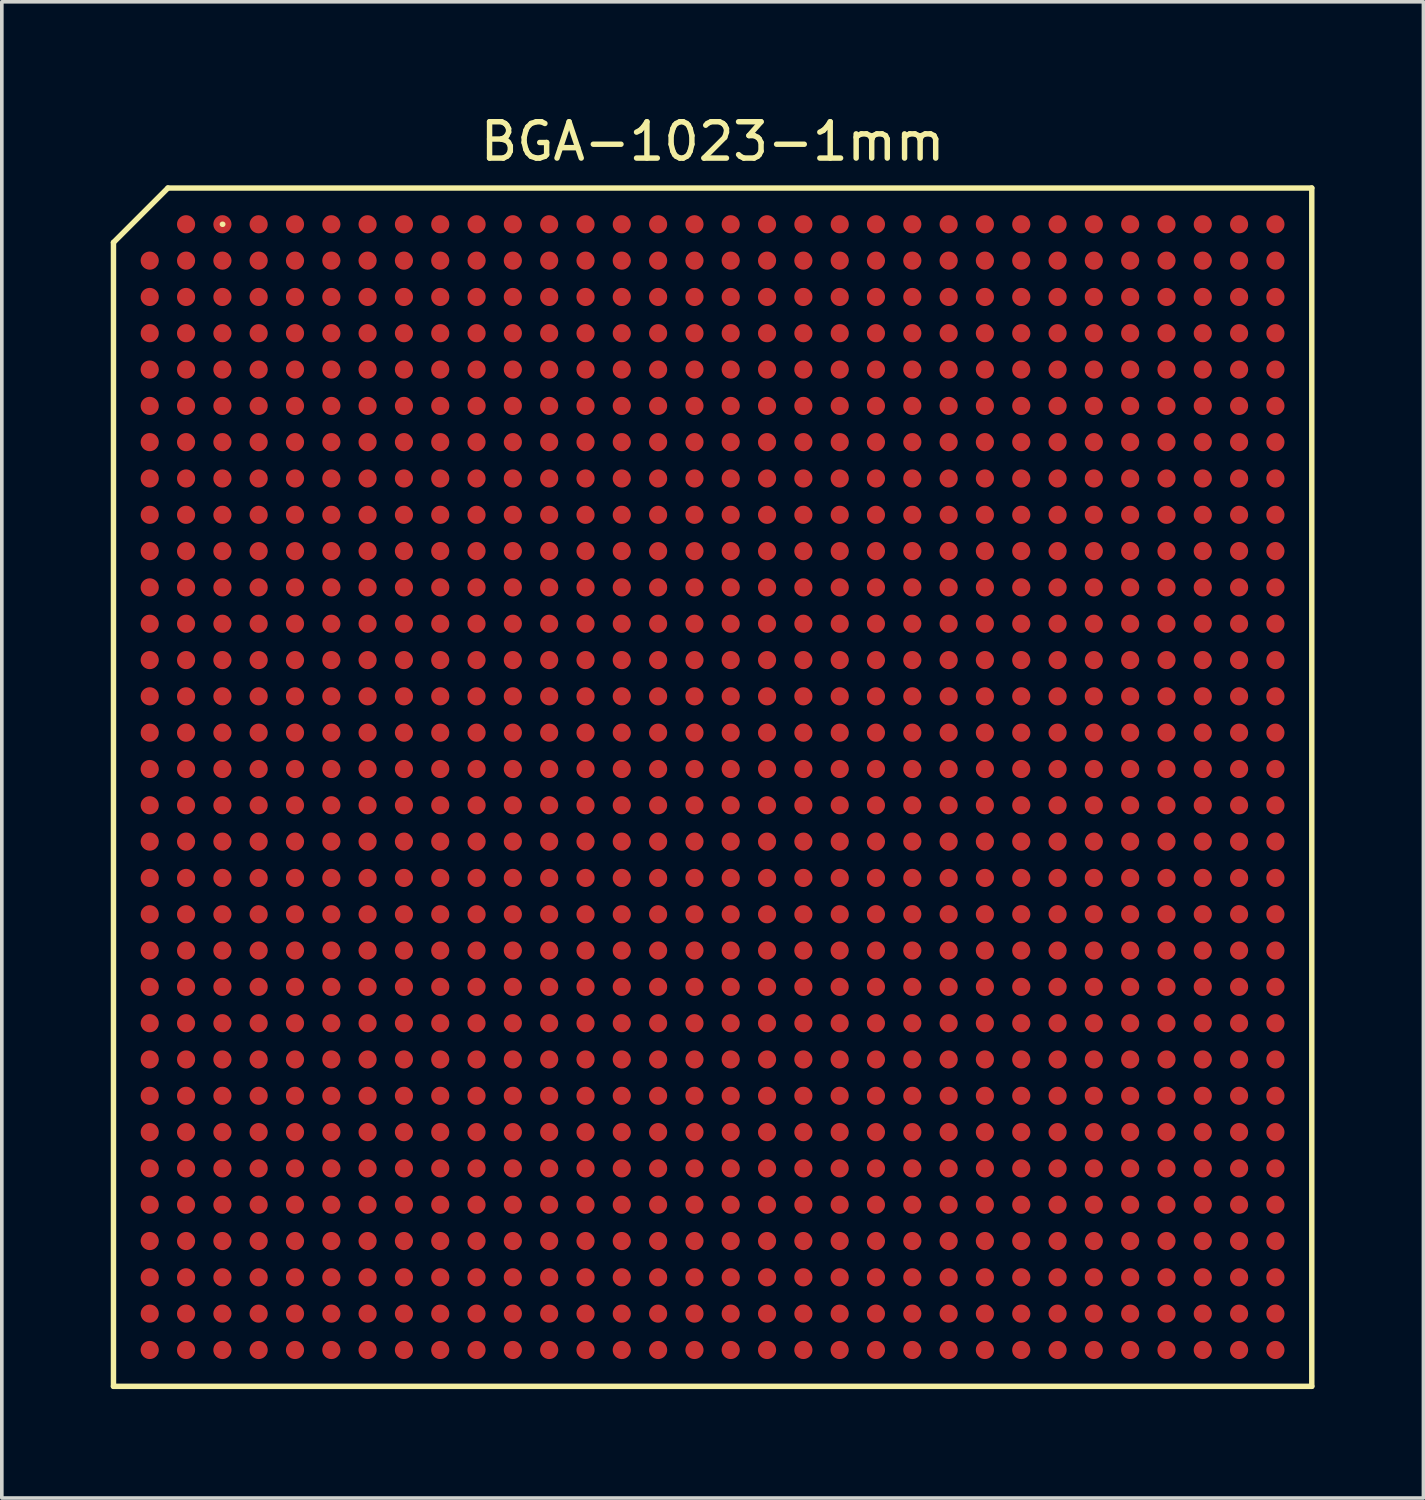
<source format=kicad_pcb>
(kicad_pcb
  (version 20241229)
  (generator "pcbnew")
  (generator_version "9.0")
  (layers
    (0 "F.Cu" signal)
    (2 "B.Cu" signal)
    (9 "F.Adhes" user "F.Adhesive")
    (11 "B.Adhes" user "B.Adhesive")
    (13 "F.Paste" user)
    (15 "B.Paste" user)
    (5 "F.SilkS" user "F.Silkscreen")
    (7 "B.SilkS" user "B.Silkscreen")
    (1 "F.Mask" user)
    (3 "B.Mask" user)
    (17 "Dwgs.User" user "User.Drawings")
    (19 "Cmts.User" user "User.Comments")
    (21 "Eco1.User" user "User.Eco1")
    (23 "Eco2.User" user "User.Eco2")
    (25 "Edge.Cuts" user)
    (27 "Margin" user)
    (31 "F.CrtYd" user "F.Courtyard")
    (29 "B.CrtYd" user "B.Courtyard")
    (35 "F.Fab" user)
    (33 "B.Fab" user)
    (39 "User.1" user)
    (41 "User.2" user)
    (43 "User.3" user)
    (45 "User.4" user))
  (footprint "BGA-1023-1mm"
    (layer "F.Cu")
    (at 16.575 18.628)
    (property "Reference" "BGA-1023-1mm" (at 0 -17.78 0) (layer "F.SilkS") (effects (font (size 1 1) (thickness 0.15))))
    (attr smd)
    (fp_line (start -16.5 -15.001) (end -15.001 -16.5) (stroke (width 0.15) (type solid)) (layer "F.SilkS"))
    (fp_line (start -16.5 16.5) (end -16.5 -15.001) (stroke (width 0.15) (type solid)) (layer "F.SilkS"))
    (fp_line (start -15.001 -16.5) (end 16.5 -16.5) (stroke (width 0.15) (type solid)) (layer "F.SilkS"))
    (fp_line (start -13.5 -15.502) (end -13.49 -15.502) (stroke (width 0.15) (type solid)) (layer "F.SilkS"))
    (fp_line (start 16.5 -16.5) (end 16.5 16.5) (stroke (width 0.15) (type solid)) (layer "F.SilkS"))
    (fp_line (start 16.5 16.5) (end -16.5 16.5) (stroke (width 0.15) (type solid)) (layer "F.SilkS"))
    (pad "A2" smd circle (at -14.501 -15.502) (size 0.5 0.5) (layers "F.Cu" "F.Mask" "F.Paste"))
    (pad "A3" smd circle (at -13.5 -15.502) (size 0.5 0.5) (layers "F.Cu" "F.Mask" "F.Paste"))
    (pad "A4" smd circle (at -12.502 -15.502) (size 0.5 0.5) (layers "F.Cu" "F.Mask" "F.Paste"))
    (pad "A5" smd circle (at -11.501 -15.502) (size 0.5 0.5) (layers "F.Cu" "F.Mask" "F.Paste"))
    (pad "A6" smd circle (at -10.5 -15.502) (size 0.5 0.5) (layers "F.Cu" "F.Mask" "F.Paste"))
    (pad "A7" smd circle (at -9.502 -15.502) (size 0.5 0.5) (layers "F.Cu" "F.Mask" "F.Paste"))
    (pad "A8" smd circle (at -8.501 -15.502) (size 0.5 0.5) (layers "F.Cu" "F.Mask" "F.Paste"))
    (pad "A9" smd circle (at -7.501 -15.502) (size 0.5 0.5) (layers "F.Cu" "F.Mask" "F.Paste"))
    (pad "A10" smd circle (at -6.5 -15.502) (size 0.5 0.5) (layers "F.Cu" "F.Mask" "F.Paste"))
    (pad "A11" smd circle (at -5.502 -15.502) (size 0.5 0.5) (layers "F.Cu" "F.Mask" "F.Paste"))
    (pad "A12" smd circle (at -4.501 -15.502) (size 0.5 0.5) (layers "F.Cu" "F.Mask" "F.Paste"))
    (pad "A13" smd circle (at -3.5 -15.502) (size 0.5 0.5) (layers "F.Cu" "F.Mask" "F.Paste"))
    (pad "A14" smd circle (at -2.502 -15.502) (size 0.5 0.5) (layers "F.Cu" "F.Mask" "F.Paste"))
    (pad "A15" smd circle (at -1.501 -15.502) (size 0.5 0.5) (layers "F.Cu" "F.Mask" "F.Paste"))
    (pad "A16" smd circle (at -0.5 -15.502) (size 0.5 0.5) (layers "F.Cu" "F.Mask" "F.Paste"))
    (pad "A17" smd circle (at 0.498 -15.502) (size 0.5 0.5) (layers "F.Cu" "F.Mask" "F.Paste"))
    (pad "A18" smd circle (at 1.499 -15.502) (size 0.5 0.5) (layers "F.Cu" "F.Mask" "F.Paste"))
    (pad "A19" smd circle (at 2.499 -15.502) (size 0.5 0.5) (layers "F.Cu" "F.Mask" "F.Paste"))
    (pad "A20" smd circle (at 3.5 -15.502) (size 0.5 0.5) (layers "F.Cu" "F.Mask" "F.Paste"))
    (pad "A21" smd circle (at 4.498 -15.502) (size 0.5 0.5) (layers "F.Cu" "F.Mask" "F.Paste"))
    (pad "A22" smd circle (at 5.499 -15.502) (size 0.5 0.5) (layers "F.Cu" "F.Mask" "F.Paste"))
    (pad "A23" smd circle (at 6.5 -15.502) (size 0.5 0.5) (layers "F.Cu" "F.Mask" "F.Paste"))
    (pad "A24" smd circle (at 7.498 -15.502) (size 0.5 0.5) (layers "F.Cu" "F.Mask" "F.Paste"))
    (pad "A25" smd circle (at 8.499 -15.502) (size 0.5 0.5) (layers "F.Cu" "F.Mask" "F.Paste"))
    (pad "A26" smd circle (at 9.5 -15.502) (size 0.5 0.5) (layers "F.Cu" "F.Mask" "F.Paste"))
    (pad "A27" smd circle (at 10.498 -15.502) (size 0.5 0.5) (layers "F.Cu" "F.Mask" "F.Paste"))
    (pad "A28" smd circle (at 11.499 -15.502) (size 0.5 0.5) (layers "F.Cu" "F.Mask" "F.Paste"))
    (pad "A29" smd circle (at 12.499 -15.502) (size 0.5 0.5) (layers "F.Cu" "F.Mask" "F.Paste"))
    (pad "A30" smd circle (at 13.498 -15.502) (size 0.5 0.5) (layers "F.Cu" "F.Mask" "F.Paste"))
    (pad "A31" smd circle (at 14.498 -15.502) (size 0.5 0.5) (layers "F.Cu" "F.Mask" "F.Paste"))
    (pad "A32" smd circle (at 15.499 -15.502) (size 0.5 0.5) (layers "F.Cu" "F.Mask" "F.Paste"))
    (pad "AA1" smd circle (at -15.502 4.498) (size 0.5 0.5) (layers "F.Cu" "F.Mask" "F.Paste"))
    (pad "AA2" smd circle (at -14.501 4.498) (size 0.5 0.5) (layers "F.Cu" "F.Mask" "F.Paste"))
    (pad "AA3" smd circle (at -13.5 4.498) (size 0.5 0.5) (layers "F.Cu" "F.Mask" "F.Paste"))
    (pad "AA4" smd circle (at -12.502 4.498) (size 0.5 0.5) (layers "F.Cu" "F.Mask" "F.Paste"))
    (pad "AA5" smd circle (at -11.501 4.498) (size 0.5 0.5) (layers "F.Cu" "F.Mask" "F.Paste"))
    (pad "AA6" smd circle (at -10.5 4.498) (size 0.5 0.5) (layers "F.Cu" "F.Mask" "F.Paste"))
    (pad "AA7" smd circle (at -9.502 4.498) (size 0.5 0.5) (layers "F.Cu" "F.Mask" "F.Paste"))
    (pad "AA8" smd circle (at -8.501 4.498) (size 0.5 0.5) (layers "F.Cu" "F.Mask" "F.Paste"))
    (pad "AA9" smd circle (at -7.501 4.498) (size 0.5 0.5) (layers "F.Cu" "F.Mask" "F.Paste"))
    (pad "AA10" smd circle (at -6.502 4.498) (size 0.5 0.5) (layers "F.Cu" "F.Mask" "F.Paste"))
    (pad "AA11" smd circle (at -5.502 4.498) (size 0.5 0.5) (layers "F.Cu" "F.Mask" "F.Paste"))
    (pad "AA12" smd circle (at -4.501 4.498) (size 0.5 0.5) (layers "F.Cu" "F.Mask" "F.Paste"))
    (pad "AA13" smd circle (at -3.5 4.498) (size 0.5 0.5) (layers "F.Cu" "F.Mask" "F.Paste"))
    (pad "AA14" smd circle (at -2.502 4.498) (size 0.5 0.5) (layers "F.Cu" "F.Mask" "F.Paste"))
    (pad "AA15" smd circle (at -1.501 4.498) (size 0.5 0.5) (layers "F.Cu" "F.Mask" "F.Paste"))
    (pad "AA16" smd circle (at -0.5 4.498) (size 0.5 0.5) (layers "F.Cu" "F.Mask" "F.Paste"))
    (pad "AA17" smd circle (at 0.498 4.498) (size 0.5 0.5) (layers "F.Cu" "F.Mask" "F.Paste"))
    (pad "AA18" smd circle (at 1.499 4.498) (size 0.5 0.5) (layers "F.Cu" "F.Mask" "F.Paste"))
    (pad "AA19" smd circle (at 2.499 4.498) (size 0.5 0.5) (layers "F.Cu" "F.Mask" "F.Paste"))
    (pad "AA20" smd circle (at 3.498 4.498) (size 0.5 0.5) (layers "F.Cu" "F.Mask" "F.Paste"))
    (pad "AA21" smd circle (at 4.498 4.498) (size 0.5 0.5) (layers "F.Cu" "F.Mask" "F.Paste"))
    (pad "AA22" smd circle (at 5.499 4.498) (size 0.5 0.5) (layers "F.Cu" "F.Mask" "F.Paste"))
    (pad "AA23" smd circle (at 6.5 4.498) (size 0.5 0.5) (layers "F.Cu" "F.Mask" "F.Paste"))
    (pad "AA24" smd circle (at 7.498 4.498) (size 0.5 0.5) (layers "F.Cu" "F.Mask" "F.Paste"))
    (pad "AA25" smd circle (at 8.499 4.498) (size 0.5 0.5) (layers "F.Cu" "F.Mask" "F.Paste"))
    (pad "AA26" smd circle (at 9.5 4.498) (size 0.5 0.5) (layers "F.Cu" "F.Mask" "F.Paste"))
    (pad "AA27" smd circle (at 10.498 4.498) (size 0.5 0.5) (layers "F.Cu" "F.Mask" "F.Paste"))
    (pad "AA28" smd circle (at 11.499 4.498) (size 0.5 0.5) (layers "F.Cu" "F.Mask" "F.Paste"))
    (pad "AA29" smd circle (at 12.499 4.498) (size 0.5 0.5) (layers "F.Cu" "F.Mask" "F.Paste"))
    (pad "AA30" smd circle (at 13.498 4.498) (size 0.5 0.5) (layers "F.Cu" "F.Mask" "F.Paste"))
    (pad "AA31" smd circle (at 14.498 4.498) (size 0.5 0.5) (layers "F.Cu" "F.Mask" "F.Paste"))
    (pad "AA32" smd circle (at 15.499 4.498) (size 0.5 0.5) (layers "F.Cu" "F.Mask" "F.Paste"))
    (pad "AB1" smd circle (at -15.502 5.499) (size 0.5 0.5) (layers "F.Cu" "F.Mask" "F.Paste"))
    (pad "AB2" smd circle (at -14.501 5.499) (size 0.5 0.5) (layers "F.Cu" "F.Mask" "F.Paste"))
    (pad "AB3" smd circle (at -13.5 5.499) (size 0.5 0.5) (layers "F.Cu" "F.Mask" "F.Paste"))
    (pad "AB4" smd circle (at -12.502 5.499) (size 0.5 0.5) (layers "F.Cu" "F.Mask" "F.Paste"))
    (pad "AB5" smd circle (at -11.501 5.499) (size 0.5 0.5) (layers "F.Cu" "F.Mask" "F.Paste"))
    (pad "AB6" smd circle (at -10.5 5.499) (size 0.5 0.5) (layers "F.Cu" "F.Mask" "F.Paste"))
    (pad "AB7" smd circle (at -9.502 5.499) (size 0.5 0.5) (layers "F.Cu" "F.Mask" "F.Paste"))
    (pad "AB8" smd circle (at -8.501 5.499) (size 0.5 0.5) (layers "F.Cu" "F.Mask" "F.Paste"))
    (pad "AB9" smd circle (at -7.501 5.499) (size 0.5 0.5) (layers "F.Cu" "F.Mask" "F.Paste"))
    (pad "AB10" smd circle (at -6.502 5.499) (size 0.5 0.5) (layers "F.Cu" "F.Mask" "F.Paste"))
    (pad "AB11" smd circle (at -5.502 5.499) (size 0.5 0.5) (layers "F.Cu" "F.Mask" "F.Paste"))
    (pad "AB12" smd circle (at -4.501 5.499) (size 0.5 0.5) (layers "F.Cu" "F.Mask" "F.Paste"))
    (pad "AB13" smd circle (at -3.5 5.499) (size 0.5 0.5) (layers "F.Cu" "F.Mask" "F.Paste"))
    (pad "AB14" smd circle (at -2.502 5.499) (size 0.5 0.5) (layers "F.Cu" "F.Mask" "F.Paste"))
    (pad "AB15" smd circle (at -1.501 5.499) (size 0.5 0.5) (layers "F.Cu" "F.Mask" "F.Paste"))
    (pad "AB16" smd circle (at -0.5 5.499) (size 0.5 0.5) (layers "F.Cu" "F.Mask" "F.Paste"))
    (pad "AB17" smd circle (at 0.498 5.499) (size 0.5 0.5) (layers "F.Cu" "F.Mask" "F.Paste"))
    (pad "AB18" smd circle (at 1.499 5.499) (size 0.5 0.5) (layers "F.Cu" "F.Mask" "F.Paste"))
    (pad "AB19" smd circle (at 2.499 5.499) (size 0.5 0.5) (layers "F.Cu" "F.Mask" "F.Paste"))
    (pad "AB20" smd circle (at 3.498 5.499) (size 0.5 0.5) (layers "F.Cu" "F.Mask" "F.Paste"))
    (pad "AB21" smd circle (at 4.498 5.499) (size 0.5 0.5) (layers "F.Cu" "F.Mask" "F.Paste"))
    (pad "AB22" smd circle (at 5.499 5.499) (size 0.5 0.5) (layers "F.Cu" "F.Mask" "F.Paste"))
    (pad "AB23" smd circle (at 6.5 5.499) (size 0.5 0.5) (layers "F.Cu" "F.Mask" "F.Paste"))
    (pad "AB24" smd circle (at 7.498 5.499) (size 0.5 0.5) (layers "F.Cu" "F.Mask" "F.Paste"))
    (pad "AB25" smd circle (at 8.499 5.499) (size 0.5 0.5) (layers "F.Cu" "F.Mask" "F.Paste"))
    (pad "AB26" smd circle (at 9.5 5.499) (size 0.5 0.5) (layers "F.Cu" "F.Mask" "F.Paste"))
    (pad "AB27" smd circle (at 10.498 5.499) (size 0.5 0.5) (layers "F.Cu" "F.Mask" "F.Paste"))
    (pad "AB28" smd circle (at 11.499 5.499) (size 0.5 0.5) (layers "F.Cu" "F.Mask" "F.Paste"))
    (pad "AB29" smd circle (at 12.499 5.499) (size 0.5 0.5) (layers "F.Cu" "F.Mask" "F.Paste"))
    (pad "AB30" smd circle (at 13.498 5.499) (size 0.5 0.5) (layers "F.Cu" "F.Mask" "F.Paste"))
    (pad "AB31" smd circle (at 14.498 5.499) (size 0.5 0.5) (layers "F.Cu" "F.Mask" "F.Paste"))
    (pad "AB32" smd circle (at 15.499 5.499) (size 0.5 0.5) (layers "F.Cu" "F.Mask" "F.Paste"))
    (pad "AC1" smd circle (at -15.502 6.5) (size 0.5 0.5) (layers "F.Cu" "F.Mask" "F.Paste"))
    (pad "AC2" smd circle (at -14.501 6.5) (size 0.5 0.5) (layers "F.Cu" "F.Mask" "F.Paste"))
    (pad "AC3" smd circle (at -13.5 6.5) (size 0.5 0.5) (layers "F.Cu" "F.Mask" "F.Paste"))
    (pad "AC4" smd circle (at -12.502 6.5) (size 0.5 0.5) (layers "F.Cu" "F.Mask" "F.Paste"))
    (pad "AC5" smd circle (at -11.501 6.5) (size 0.5 0.5) (layers "F.Cu" "F.Mask" "F.Paste"))
    (pad "AC6" smd circle (at -10.5 6.5) (size 0.5 0.5) (layers "F.Cu" "F.Mask" "F.Paste"))
    (pad "AC7" smd circle (at -9.502 6.5) (size 0.5 0.5) (layers "F.Cu" "F.Mask" "F.Paste"))
    (pad "AC8" smd circle (at -8.501 6.5) (size 0.5 0.5) (layers "F.Cu" "F.Mask" "F.Paste"))
    (pad "AC9" smd circle (at -7.501 6.5) (size 0.5 0.5) (layers "F.Cu" "F.Mask" "F.Paste"))
    (pad "AC10" smd circle (at -6.502 6.5) (size 0.5 0.5) (layers "F.Cu" "F.Mask" "F.Paste"))
    (pad "AC11" smd circle (at -5.502 6.5) (size 0.5 0.5) (layers "F.Cu" "F.Mask" "F.Paste"))
    (pad "AC12" smd circle (at -4.501 6.5) (size 0.5 0.5) (layers "F.Cu" "F.Mask" "F.Paste"))
    (pad "AC13" smd circle (at -3.5 6.5) (size 0.5 0.5) (layers "F.Cu" "F.Mask" "F.Paste"))
    (pad "AC14" smd circle (at -2.502 6.5) (size 0.5 0.5) (layers "F.Cu" "F.Mask" "F.Paste"))
    (pad "AC15" smd circle (at -1.501 6.5) (size 0.5 0.5) (layers "F.Cu" "F.Mask" "F.Paste"))
    (pad "AC16" smd circle (at -0.5 6.5) (size 0.5 0.5) (layers "F.Cu" "F.Mask" "F.Paste"))
    (pad "AC17" smd circle (at 0.498 6.5) (size 0.5 0.5) (layers "F.Cu" "F.Mask" "F.Paste"))
    (pad "AC18" smd circle (at 1.499 6.5) (size 0.5 0.5) (layers "F.Cu" "F.Mask" "F.Paste"))
    (pad "AC19" smd circle (at 2.499 6.5) (size 0.5 0.5) (layers "F.Cu" "F.Mask" "F.Paste"))
    (pad "AC20" smd circle (at 3.498 6.5) (size 0.5 0.5) (layers "F.Cu" "F.Mask" "F.Paste"))
    (pad "AC21" smd circle (at 4.498 6.5) (size 0.5 0.5) (layers "F.Cu" "F.Mask" "F.Paste"))
    (pad "AC22" smd circle (at 5.499 6.5) (size 0.5 0.5) (layers "F.Cu" "F.Mask" "F.Paste"))
    (pad "AC23" smd circle (at 6.5 6.5) (size 0.5 0.5) (layers "F.Cu" "F.Mask" "F.Paste"))
    (pad "AC24" smd circle (at 7.498 6.5) (size 0.5 0.5) (layers "F.Cu" "F.Mask" "F.Paste"))
    (pad "AC25" smd circle (at 8.499 6.5) (size 0.5 0.5) (layers "F.Cu" "F.Mask" "F.Paste"))
    (pad "AC26" smd circle (at 9.5 6.5) (size 0.5 0.5) (layers "F.Cu" "F.Mask" "F.Paste"))
    (pad "AC27" smd circle (at 10.498 6.5) (size 0.5 0.5) (layers "F.Cu" "F.Mask" "F.Paste"))
    (pad "AC28" smd circle (at 11.499 6.5) (size 0.5 0.5) (layers "F.Cu" "F.Mask" "F.Paste"))
    (pad "AC29" smd circle (at 12.499 6.5) (size 0.5 0.5) (layers "F.Cu" "F.Mask" "F.Paste"))
    (pad "AC30" smd circle (at 13.498 6.5) (size 0.5 0.5) (layers "F.Cu" "F.Mask" "F.Paste"))
    (pad "AC31" smd circle (at 14.498 6.5) (size 0.5 0.5) (layers "F.Cu" "F.Mask" "F.Paste"))
    (pad "AC32" smd circle (at 15.499 6.5) (size 0.5 0.5) (layers "F.Cu" "F.Mask" "F.Paste"))
    (pad "AD1" smd circle (at -15.502 7.498) (size 0.5 0.5) (layers "F.Cu" "F.Mask" "F.Paste"))
    (pad "AD2" smd circle (at -14.501 7.498) (size 0.5 0.5) (layers "F.Cu" "F.Mask" "F.Paste"))
    (pad "AD3" smd circle (at -13.5 7.498) (size 0.5 0.5) (layers "F.Cu" "F.Mask" "F.Paste"))
    (pad "AD4" smd circle (at -12.502 7.498) (size 0.5 0.5) (layers "F.Cu" "F.Mask" "F.Paste"))
    (pad "AD5" smd circle (at -11.501 7.498) (size 0.5 0.5) (layers "F.Cu" "F.Mask" "F.Paste"))
    (pad "AD6" smd circle (at -10.5 7.498) (size 0.5 0.5) (layers "F.Cu" "F.Mask" "F.Paste"))
    (pad "AD7" smd circle (at -9.502 7.498) (size 0.5 0.5) (layers "F.Cu" "F.Mask" "F.Paste"))
    (pad "AD8" smd circle (at -8.501 7.498) (size 0.5 0.5) (layers "F.Cu" "F.Mask" "F.Paste"))
    (pad "AD9" smd circle (at -7.501 7.498) (size 0.5 0.5) (layers "F.Cu" "F.Mask" "F.Paste"))
    (pad "AD10" smd circle (at -6.502 7.498) (size 0.5 0.5) (layers "F.Cu" "F.Mask" "F.Paste"))
    (pad "AD11" smd circle (at -5.502 7.498) (size 0.5 0.5) (layers "F.Cu" "F.Mask" "F.Paste"))
    (pad "AD12" smd circle (at -4.501 7.498) (size 0.5 0.5) (layers "F.Cu" "F.Mask" "F.Paste"))
    (pad "AD13" smd circle (at -3.5 7.498) (size 0.5 0.5) (layers "F.Cu" "F.Mask" "F.Paste"))
    (pad "AD14" smd circle (at -2.502 7.498) (size 0.5 0.5) (layers "F.Cu" "F.Mask" "F.Paste"))
    (pad "AD15" smd circle (at -1.501 7.498) (size 0.5 0.5) (layers "F.Cu" "F.Mask" "F.Paste"))
    (pad "AD16" smd circle (at -0.5 7.498) (size 0.5 0.5) (layers "F.Cu" "F.Mask" "F.Paste"))
    (pad "AD17" smd circle (at 0.498 7.498) (size 0.5 0.5) (layers "F.Cu" "F.Mask" "F.Paste"))
    (pad "AD18" smd circle (at 1.499 7.498) (size 0.5 0.5) (layers "F.Cu" "F.Mask" "F.Paste"))
    (pad "AD19" smd circle (at 2.499 7.498) (size 0.5 0.5) (layers "F.Cu" "F.Mask" "F.Paste"))
    (pad "AD20" smd circle (at 3.498 7.498) (size 0.5 0.5) (layers "F.Cu" "F.Mask" "F.Paste"))
    (pad "AD21" smd circle (at 4.498 7.498) (size 0.5 0.5) (layers "F.Cu" "F.Mask" "F.Paste"))
    (pad "AD22" smd circle (at 5.499 7.498) (size 0.5 0.5) (layers "F.Cu" "F.Mask" "F.Paste"))
    (pad "AD23" smd circle (at 6.5 7.498) (size 0.5 0.5) (layers "F.Cu" "F.Mask" "F.Paste"))
    (pad "AD24" smd circle (at 7.498 7.498) (size 0.5 0.5) (layers "F.Cu" "F.Mask" "F.Paste"))
    (pad "AD25" smd circle (at 8.499 7.498) (size 0.5 0.5) (layers "F.Cu" "F.Mask" "F.Paste"))
    (pad "AD26" smd circle (at 9.5 7.498) (size 0.5 0.5) (layers "F.Cu" "F.Mask" "F.Paste"))
    (pad "AD27" smd circle (at 10.498 7.498) (size 0.5 0.5) (layers "F.Cu" "F.Mask" "F.Paste"))
    (pad "AD28" smd circle (at 11.499 7.498) (size 0.5 0.5) (layers "F.Cu" "F.Mask" "F.Paste"))
    (pad "AD29" smd circle (at 12.499 7.498) (size 0.5 0.5) (layers "F.Cu" "F.Mask" "F.Paste"))
    (pad "AD30" smd circle (at 13.498 7.498) (size 0.5 0.5) (layers "F.Cu" "F.Mask" "F.Paste"))
    (pad "AD31" smd circle (at 14.498 7.498) (size 0.5 0.5) (layers "F.Cu" "F.Mask" "F.Paste"))
    (pad "AD32" smd circle (at 15.499 7.498) (size 0.5 0.5) (layers "F.Cu" "F.Mask" "F.Paste"))
    (pad "AE1" smd circle (at -15.502 8.499) (size 0.5 0.5) (layers "F.Cu" "F.Mask" "F.Paste"))
    (pad "AE2" smd circle (at -14.501 8.499) (size 0.5 0.5) (layers "F.Cu" "F.Mask" "F.Paste"))
    (pad "AE3" smd circle (at -13.5 8.499) (size 0.5 0.5) (layers "F.Cu" "F.Mask" "F.Paste"))
    (pad "AE4" smd circle (at -12.502 8.499) (size 0.5 0.5) (layers "F.Cu" "F.Mask" "F.Paste"))
    (pad "AE5" smd circle (at -11.501 8.499) (size 0.5 0.5) (layers "F.Cu" "F.Mask" "F.Paste"))
    (pad "AE6" smd circle (at -10.5 8.499) (size 0.5 0.5) (layers "F.Cu" "F.Mask" "F.Paste"))
    (pad "AE7" smd circle (at -9.502 8.499) (size 0.5 0.5) (layers "F.Cu" "F.Mask" "F.Paste"))
    (pad "AE8" smd circle (at -8.501 8.499) (size 0.5 0.5) (layers "F.Cu" "F.Mask" "F.Paste"))
    (pad "AE9" smd circle (at -7.501 8.499) (size 0.5 0.5) (layers "F.Cu" "F.Mask" "F.Paste"))
    (pad "AE10" smd circle (at -6.502 8.499) (size 0.5 0.5) (layers "F.Cu" "F.Mask" "F.Paste"))
    (pad "AE11" smd circle (at -5.502 8.499) (size 0.5 0.5) (layers "F.Cu" "F.Mask" "F.Paste"))
    (pad "AE12" smd circle (at -4.501 8.499) (size 0.5 0.5) (layers "F.Cu" "F.Mask" "F.Paste"))
    (pad "AE13" smd circle (at -3.5 8.499) (size 0.5 0.5) (layers "F.Cu" "F.Mask" "F.Paste"))
    (pad "AE14" smd circle (at -2.502 8.499) (size 0.5 0.5) (layers "F.Cu" "F.Mask" "F.Paste"))
    (pad "AE15" smd circle (at -1.501 8.499) (size 0.5 0.5) (layers "F.Cu" "F.Mask" "F.Paste"))
    (pad "AE16" smd circle (at -0.5 8.499) (size 0.5 0.5) (layers "F.Cu" "F.Mask" "F.Paste"))
    (pad "AE17" smd circle (at 0.498 8.499) (size 0.5 0.5) (layers "F.Cu" "F.Mask" "F.Paste"))
    (pad "AE18" smd circle (at 1.499 8.499) (size 0.5 0.5) (layers "F.Cu" "F.Mask" "F.Paste"))
    (pad "AE19" smd circle (at 2.499 8.499) (size 0.5 0.5) (layers "F.Cu" "F.Mask" "F.Paste"))
    (pad "AE20" smd circle (at 3.498 8.499) (size 0.5 0.5) (layers "F.Cu" "F.Mask" "F.Paste"))
    (pad "AE21" smd circle (at 4.498 8.499) (size 0.5 0.5) (layers "F.Cu" "F.Mask" "F.Paste"))
    (pad "AE22" smd circle (at 5.499 8.499) (size 0.5 0.5) (layers "F.Cu" "F.Mask" "F.Paste"))
    (pad "AE23" smd circle (at 6.5 8.499) (size 0.5 0.5) (layers "F.Cu" "F.Mask" "F.Paste"))
    (pad "AE24" smd circle (at 7.498 8.499) (size 0.5 0.5) (layers "F.Cu" "F.Mask" "F.Paste"))
    (pad "AE25" smd circle (at 8.499 8.499) (size 0.5 0.5) (layers "F.Cu" "F.Mask" "F.Paste"))
    (pad "AE26" smd circle (at 9.5 8.499) (size 0.5 0.5) (layers "F.Cu" "F.Mask" "F.Paste"))
    (pad "AE27" smd circle (at 10.498 8.499) (size 0.5 0.5) (layers "F.Cu" "F.Mask" "F.Paste"))
    (pad "AE28" smd circle (at 11.499 8.499) (size 0.5 0.5) (layers "F.Cu" "F.Mask" "F.Paste"))
    (pad "AE29" smd circle (at 12.499 8.499) (size 0.5 0.5) (layers "F.Cu" "F.Mask" "F.Paste"))
    (pad "AE30" smd circle (at 13.498 8.499) (size 0.5 0.5) (layers "F.Cu" "F.Mask" "F.Paste"))
    (pad "AE31" smd circle (at 14.498 8.499) (size 0.5 0.5) (layers "F.Cu" "F.Mask" "F.Paste"))
    (pad "AE32" smd circle (at 15.499 8.499) (size 0.5 0.5) (layers "F.Cu" "F.Mask" "F.Paste"))
    (pad "AF1" smd circle (at -15.502 9.5) (size 0.5 0.5) (layers "F.Cu" "F.Mask" "F.Paste"))
    (pad "AF2" smd circle (at -14.501 9.5) (size 0.5 0.5) (layers "F.Cu" "F.Mask" "F.Paste"))
    (pad "AF3" smd circle (at -13.5 9.5) (size 0.5 0.5) (layers "F.Cu" "F.Mask" "F.Paste"))
    (pad "AF4" smd circle (at -12.502 9.5) (size 0.5 0.5) (layers "F.Cu" "F.Mask" "F.Paste"))
    (pad "AF5" smd circle (at -11.501 9.5) (size 0.5 0.5) (layers "F.Cu" "F.Mask" "F.Paste"))
    (pad "AF6" smd circle (at -10.5 9.5) (size 0.5 0.5) (layers "F.Cu" "F.Mask" "F.Paste"))
    (pad "AF7" smd circle (at -9.502 9.5) (size 0.5 0.5) (layers "F.Cu" "F.Mask" "F.Paste"))
    (pad "AF8" smd circle (at -8.501 9.5) (size 0.5 0.5) (layers "F.Cu" "F.Mask" "F.Paste"))
    (pad "AF9" smd circle (at -7.501 9.5) (size 0.5 0.5) (layers "F.Cu" "F.Mask" "F.Paste"))
    (pad "AF10" smd circle (at -6.502 9.5) (size 0.5 0.5) (layers "F.Cu" "F.Mask" "F.Paste"))
    (pad "AF11" smd circle (at -5.502 9.5) (size 0.5 0.5) (layers "F.Cu" "F.Mask" "F.Paste"))
    (pad "AF12" smd circle (at -4.501 9.5) (size 0.5 0.5) (layers "F.Cu" "F.Mask" "F.Paste"))
    (pad "AF13" smd circle (at -3.5 9.5) (size 0.5 0.5) (layers "F.Cu" "F.Mask" "F.Paste"))
    (pad "AF14" smd circle (at -2.502 9.5) (size 0.5 0.5) (layers "F.Cu" "F.Mask" "F.Paste"))
    (pad "AF15" smd circle (at -1.501 9.5) (size 0.5 0.5) (layers "F.Cu" "F.Mask" "F.Paste"))
    (pad "AF16" smd circle (at -0.5 9.5) (size 0.5 0.5) (layers "F.Cu" "F.Mask" "F.Paste"))
    (pad "AF17" smd circle (at 0.498 9.5) (size 0.5 0.5) (layers "F.Cu" "F.Mask" "F.Paste"))
    (pad "AF18" smd circle (at 1.499 9.5) (size 0.5 0.5) (layers "F.Cu" "F.Mask" "F.Paste"))
    (pad "AF19" smd circle (at 2.499 9.5) (size 0.5 0.5) (layers "F.Cu" "F.Mask" "F.Paste"))
    (pad "AF20" smd circle (at 3.498 9.5) (size 0.5 0.5) (layers "F.Cu" "F.Mask" "F.Paste"))
    (pad "AF21" smd circle (at 4.498 9.5) (size 0.5 0.5) (layers "F.Cu" "F.Mask" "F.Paste"))
    (pad "AF22" smd circle (at 5.499 9.5) (size 0.5 0.5) (layers "F.Cu" "F.Mask" "F.Paste"))
    (pad "AF23" smd circle (at 6.5 9.5) (size 0.5 0.5) (layers "F.Cu" "F.Mask" "F.Paste"))
    (pad "AF24" smd circle (at 7.498 9.5) (size 0.5 0.5) (layers "F.Cu" "F.Mask" "F.Paste"))
    (pad "AF25" smd circle (at 8.499 9.5) (size 0.5 0.5) (layers "F.Cu" "F.Mask" "F.Paste"))
    (pad "AF26" smd circle (at 9.5 9.5) (size 0.5 0.5) (layers "F.Cu" "F.Mask" "F.Paste"))
    (pad "AF27" smd circle (at 10.498 9.5) (size 0.5 0.5) (layers "F.Cu" "F.Mask" "F.Paste"))
    (pad "AF28" smd circle (at 11.499 9.5) (size 0.5 0.5) (layers "F.Cu" "F.Mask" "F.Paste"))
    (pad "AF29" smd circle (at 12.499 9.5) (size 0.5 0.5) (layers "F.Cu" "F.Mask" "F.Paste"))
    (pad "AF30" smd circle (at 13.498 9.5) (size 0.5 0.5) (layers "F.Cu" "F.Mask" "F.Paste"))
    (pad "AF31" smd circle (at 14.498 9.5) (size 0.5 0.5) (layers "F.Cu" "F.Mask" "F.Paste"))
    (pad "AF32" smd circle (at 15.499 9.5) (size 0.5 0.5) (layers "F.Cu" "F.Mask" "F.Paste"))
    (pad "AG1" smd circle (at -15.502 10.498) (size 0.5 0.5) (layers "F.Cu" "F.Mask" "F.Paste"))
    (pad "AG2" smd circle (at -14.501 10.498) (size 0.5 0.5) (layers "F.Cu" "F.Mask" "F.Paste"))
    (pad "AG3" smd circle (at -13.5 10.498) (size 0.5 0.5) (layers "F.Cu" "F.Mask" "F.Paste"))
    (pad "AG4" smd circle (at -12.502 10.498) (size 0.5 0.5) (layers "F.Cu" "F.Mask" "F.Paste"))
    (pad "AG5" smd circle (at -11.501 10.498) (size 0.5 0.5) (layers "F.Cu" "F.Mask" "F.Paste"))
    (pad "AG6" smd circle (at -10.5 10.498) (size 0.5 0.5) (layers "F.Cu" "F.Mask" "F.Paste"))
    (pad "AG7" smd circle (at -9.502 10.498) (size 0.5 0.5) (layers "F.Cu" "F.Mask" "F.Paste"))
    (pad "AG8" smd circle (at -8.501 10.498) (size 0.5 0.5) (layers "F.Cu" "F.Mask" "F.Paste"))
    (pad "AG9" smd circle (at -7.501 10.498) (size 0.5 0.5) (layers "F.Cu" "F.Mask" "F.Paste"))
    (pad "AG10" smd circle (at -6.502 10.498) (size 0.5 0.5) (layers "F.Cu" "F.Mask" "F.Paste"))
    (pad "AG11" smd circle (at -5.502 10.498) (size 0.5 0.5) (layers "F.Cu" "F.Mask" "F.Paste"))
    (pad "AG12" smd circle (at -4.501 10.498) (size 0.5 0.5) (layers "F.Cu" "F.Mask" "F.Paste"))
    (pad "AG13" smd circle (at -3.5 10.498) (size 0.5 0.5) (layers "F.Cu" "F.Mask" "F.Paste"))
    (pad "AG14" smd circle (at -2.502 10.498) (size 0.5 0.5) (layers "F.Cu" "F.Mask" "F.Paste"))
    (pad "AG15" smd circle (at -1.501 10.498) (size 0.5 0.5) (layers "F.Cu" "F.Mask" "F.Paste"))
    (pad "AG16" smd circle (at -0.5 10.498) (size 0.5 0.5) (layers "F.Cu" "F.Mask" "F.Paste"))
    (pad "AG17" smd circle (at 0.498 10.498) (size 0.5 0.5) (layers "F.Cu" "F.Mask" "F.Paste"))
    (pad "AG18" smd circle (at 1.499 10.498) (size 0.5 0.5) (layers "F.Cu" "F.Mask" "F.Paste"))
    (pad "AG19" smd circle (at 2.499 10.498) (size 0.5 0.5) (layers "F.Cu" "F.Mask" "F.Paste"))
    (pad "AG20" smd circle (at 3.498 10.498) (size 0.5 0.5) (layers "F.Cu" "F.Mask" "F.Paste"))
    (pad "AG21" smd circle (at 4.498 10.498) (size 0.5 0.5) (layers "F.Cu" "F.Mask" "F.Paste"))
    (pad "AG22" smd circle (at 5.499 10.498) (size 0.5 0.5) (layers "F.Cu" "F.Mask" "F.Paste"))
    (pad "AG23" smd circle (at 6.5 10.498) (size 0.5 0.5) (layers "F.Cu" "F.Mask" "F.Paste"))
    (pad "AG24" smd circle (at 7.498 10.498) (size 0.5 0.5) (layers "F.Cu" "F.Mask" "F.Paste"))
    (pad "AG25" smd circle (at 8.499 10.498) (size 0.5 0.5) (layers "F.Cu" "F.Mask" "F.Paste"))
    (pad "AG26" smd circle (at 9.5 10.498) (size 0.5 0.5) (layers "F.Cu" "F.Mask" "F.Paste"))
    (pad "AG27" smd circle (at 10.498 10.498) (size 0.5 0.5) (layers "F.Cu" "F.Mask" "F.Paste"))
    (pad "AG28" smd circle (at 11.499 10.498) (size 0.5 0.5) (layers "F.Cu" "F.Mask" "F.Paste"))
    (pad "AG29" smd circle (at 12.499 10.498) (size 0.5 0.5) (layers "F.Cu" "F.Mask" "F.Paste"))
    (pad "AG30" smd circle (at 13.498 10.498) (size 0.5 0.5) (layers "F.Cu" "F.Mask" "F.Paste"))
    (pad "AG31" smd circle (at 14.498 10.498) (size 0.5 0.5) (layers "F.Cu" "F.Mask" "F.Paste"))
    (pad "AG32" smd circle (at 15.499 10.498) (size 0.5 0.5) (layers "F.Cu" "F.Mask" "F.Paste"))
    (pad "AH1" smd circle (at -15.502 11.499) (size 0.5 0.5) (layers "F.Cu" "F.Mask" "F.Paste"))
    (pad "AH2" smd circle (at -14.501 11.499) (size 0.5 0.5) (layers "F.Cu" "F.Mask" "F.Paste"))
    (pad "AH3" smd circle (at -13.5 11.499) (size 0.5 0.5) (layers "F.Cu" "F.Mask" "F.Paste"))
    (pad "AH4" smd circle (at -12.502 11.499) (size 0.5 0.5) (layers "F.Cu" "F.Mask" "F.Paste"))
    (pad "AH5" smd circle (at -11.501 11.499) (size 0.5 0.5) (layers "F.Cu" "F.Mask" "F.Paste"))
    (pad "AH6" smd circle (at -10.5 11.499) (size 0.5 0.5) (layers "F.Cu" "F.Mask" "F.Paste"))
    (pad "AH7" smd circle (at -9.502 11.499) (size 0.5 0.5) (layers "F.Cu" "F.Mask" "F.Paste"))
    (pad "AH8" smd circle (at -8.501 11.499) (size 0.5 0.5) (layers "F.Cu" "F.Mask" "F.Paste"))
    (pad "AH9" smd circle (at -7.501 11.499) (size 0.5 0.5) (layers "F.Cu" "F.Mask" "F.Paste"))
    (pad "AH10" smd circle (at -6.502 11.499) (size 0.5 0.5) (layers "F.Cu" "F.Mask" "F.Paste"))
    (pad "AH11" smd circle (at -5.502 11.499) (size 0.5 0.5) (layers "F.Cu" "F.Mask" "F.Paste"))
    (pad "AH12" smd circle (at -4.501 11.499) (size 0.5 0.5) (layers "F.Cu" "F.Mask" "F.Paste"))
    (pad "AH13" smd circle (at -3.5 11.499) (size 0.5 0.5) (layers "F.Cu" "F.Mask" "F.Paste"))
    (pad "AH14" smd circle (at -2.502 11.499) (size 0.5 0.5) (layers "F.Cu" "F.Mask" "F.Paste"))
    (pad "AH15" smd circle (at -1.501 11.499) (size 0.5 0.5) (layers "F.Cu" "F.Mask" "F.Paste"))
    (pad "AH16" smd circle (at -0.5 11.499) (size 0.5 0.5) (layers "F.Cu" "F.Mask" "F.Paste"))
    (pad "AH17" smd circle (at 0.498 11.499) (size 0.5 0.5) (layers "F.Cu" "F.Mask" "F.Paste"))
    (pad "AH18" smd circle (at 1.499 11.499) (size 0.5 0.5) (layers "F.Cu" "F.Mask" "F.Paste"))
    (pad "AH19" smd circle (at 2.499 11.499) (size 0.5 0.5) (layers "F.Cu" "F.Mask" "F.Paste"))
    (pad "AH20" smd circle (at 3.498 11.499) (size 0.5 0.5) (layers "F.Cu" "F.Mask" "F.Paste"))
    (pad "AH21" smd circle (at 4.498 11.499) (size 0.5 0.5) (layers "F.Cu" "F.Mask" "F.Paste"))
    (pad "AH22" smd circle (at 5.499 11.499) (size 0.5 0.5) (layers "F.Cu" "F.Mask" "F.Paste"))
    (pad "AH23" smd circle (at 6.5 11.499) (size 0.5 0.5) (layers "F.Cu" "F.Mask" "F.Paste"))
    (pad "AH24" smd circle (at 7.498 11.499) (size 0.5 0.5) (layers "F.Cu" "F.Mask" "F.Paste"))
    (pad "AH25" smd circle (at 8.499 11.499) (size 0.5 0.5) (layers "F.Cu" "F.Mask" "F.Paste"))
    (pad "AH26" smd circle (at 9.5 11.499) (size 0.5 0.5) (layers "F.Cu" "F.Mask" "F.Paste"))
    (pad "AH27" smd circle (at 10.498 11.499) (size 0.5 0.5) (layers "F.Cu" "F.Mask" "F.Paste"))
    (pad "AH28" smd circle (at 11.499 11.499) (size 0.5 0.5) (layers "F.Cu" "F.Mask" "F.Paste"))
    (pad "AH29" smd circle (at 12.499 11.499) (size 0.5 0.5) (layers "F.Cu" "F.Mask" "F.Paste"))
    (pad "AH30" smd circle (at 13.498 11.499) (size 0.5 0.5) (layers "F.Cu" "F.Mask" "F.Paste"))
    (pad "AH31" smd circle (at 14.498 11.499) (size 0.5 0.5) (layers "F.Cu" "F.Mask" "F.Paste"))
    (pad "AH32" smd circle (at 15.499 11.499) (size 0.5 0.5) (layers "F.Cu" "F.Mask" "F.Paste"))
    (pad "AJ1" smd circle (at -15.502 12.499) (size 0.5 0.5) (layers "F.Cu" "F.Mask" "F.Paste"))
    (pad "AJ2" smd circle (at -14.501 12.499) (size 0.5 0.5) (layers "F.Cu" "F.Mask" "F.Paste"))
    (pad "AJ3" smd circle (at -13.5 12.499) (size 0.5 0.5) (layers "F.Cu" "F.Mask" "F.Paste"))
    (pad "AJ4" smd circle (at -12.502 12.499) (size 0.5 0.5) (layers "F.Cu" "F.Mask" "F.Paste"))
    (pad "AJ5" smd circle (at -11.501 12.499) (size 0.5 0.5) (layers "F.Cu" "F.Mask" "F.Paste"))
    (pad "AJ6" smd circle (at -10.5 12.499) (size 0.5 0.5) (layers "F.Cu" "F.Mask" "F.Paste"))
    (pad "AJ7" smd circle (at -9.502 12.499) (size 0.5 0.5) (layers "F.Cu" "F.Mask" "F.Paste"))
    (pad "AJ8" smd circle (at -8.501 12.499) (size 0.5 0.5) (layers "F.Cu" "F.Mask" "F.Paste"))
    (pad "AJ9" smd circle (at -7.501 12.499) (size 0.5 0.5) (layers "F.Cu" "F.Mask" "F.Paste"))
    (pad "AJ10" smd circle (at -6.502 12.499) (size 0.5 0.5) (layers "F.Cu" "F.Mask" "F.Paste"))
    (pad "AJ11" smd circle (at -5.502 12.499) (size 0.5 0.5) (layers "F.Cu" "F.Mask" "F.Paste"))
    (pad "AJ12" smd circle (at -4.501 12.499) (size 0.5 0.5) (layers "F.Cu" "F.Mask" "F.Paste"))
    (pad "AJ13" smd circle (at -3.5 12.499) (size 0.5 0.5) (layers "F.Cu" "F.Mask" "F.Paste"))
    (pad "AJ14" smd circle (at -2.502 12.499) (size 0.5 0.5) (layers "F.Cu" "F.Mask" "F.Paste"))
    (pad "AJ15" smd circle (at -1.501 12.499) (size 0.5 0.5) (layers "F.Cu" "F.Mask" "F.Paste"))
    (pad "AJ16" smd circle (at -0.5 12.499) (size 0.5 0.5) (layers "F.Cu" "F.Mask" "F.Paste"))
    (pad "AJ17" smd circle (at 0.498 12.499) (size 0.5 0.5) (layers "F.Cu" "F.Mask" "F.Paste"))
    (pad "AJ18" smd circle (at 1.499 12.499) (size 0.5 0.5) (layers "F.Cu" "F.Mask" "F.Paste"))
    (pad "AJ19" smd circle (at 2.499 12.499) (size 0.5 0.5) (layers "F.Cu" "F.Mask" "F.Paste"))
    (pad "AJ20" smd circle (at 3.498 12.499) (size 0.5 0.5) (layers "F.Cu" "F.Mask" "F.Paste"))
    (pad "AJ21" smd circle (at 4.498 12.499) (size 0.5 0.5) (layers "F.Cu" "F.Mask" "F.Paste"))
    (pad "AJ22" smd circle (at 5.499 12.499) (size 0.5 0.5) (layers "F.Cu" "F.Mask" "F.Paste"))
    (pad "AJ23" smd circle (at 6.5 12.499) (size 0.5 0.5) (layers "F.Cu" "F.Mask" "F.Paste"))
    (pad "AJ24" smd circle (at 7.498 12.499) (size 0.5 0.5) (layers "F.Cu" "F.Mask" "F.Paste"))
    (pad "AJ25" smd circle (at 8.499 12.499) (size 0.5 0.5) (layers "F.Cu" "F.Mask" "F.Paste"))
    (pad "AJ26" smd circle (at 9.5 12.499) (size 0.5 0.5) (layers "F.Cu" "F.Mask" "F.Paste"))
    (pad "AJ27" smd circle (at 10.498 12.499) (size 0.5 0.5) (layers "F.Cu" "F.Mask" "F.Paste"))
    (pad "AJ28" smd circle (at 11.499 12.499) (size 0.5 0.5) (layers "F.Cu" "F.Mask" "F.Paste"))
    (pad "AJ29" smd circle (at 12.499 12.499) (size 0.5 0.5) (layers "F.Cu" "F.Mask" "F.Paste"))
    (pad "AJ30" smd circle (at 13.498 12.499) (size 0.5 0.5) (layers "F.Cu" "F.Mask" "F.Paste"))
    (pad "AJ31" smd circle (at 14.498 12.499) (size 0.5 0.5) (layers "F.Cu" "F.Mask" "F.Paste"))
    (pad "AJ32" smd circle (at 15.499 12.499) (size 0.5 0.5) (layers "F.Cu" "F.Mask" "F.Paste"))
    (pad "AK1" smd circle (at -15.502 13.498) (size 0.5 0.5) (layers "F.Cu" "F.Mask" "F.Paste"))
    (pad "AK2" smd circle (at -14.501 13.498) (size 0.5 0.5) (layers "F.Cu" "F.Mask" "F.Paste"))
    (pad "AK3" smd circle (at -13.5 13.498) (size 0.5 0.5) (layers "F.Cu" "F.Mask" "F.Paste"))
    (pad "AK4" smd circle (at -12.502 13.498) (size 0.5 0.5) (layers "F.Cu" "F.Mask" "F.Paste"))
    (pad "AK5" smd circle (at -11.501 13.498) (size 0.5 0.5) (layers "F.Cu" "F.Mask" "F.Paste"))
    (pad "AK6" smd circle (at -10.5 13.498) (size 0.5 0.5) (layers "F.Cu" "F.Mask" "F.Paste"))
    (pad "AK7" smd circle (at -9.502 13.498) (size 0.5 0.5) (layers "F.Cu" "F.Mask" "F.Paste"))
    (pad "AK8" smd circle (at -8.501 13.498) (size 0.5 0.5) (layers "F.Cu" "F.Mask" "F.Paste"))
    (pad "AK9" smd circle (at -7.501 13.498) (size 0.5 0.5) (layers "F.Cu" "F.Mask" "F.Paste"))
    (pad "AK10" smd circle (at -6.502 13.498) (size 0.5 0.5) (layers "F.Cu" "F.Mask" "F.Paste"))
    (pad "AK11" smd circle (at -5.502 13.498) (size 0.5 0.5) (layers "F.Cu" "F.Mask" "F.Paste"))
    (pad "AK12" smd circle (at -4.501 13.498) (size 0.5 0.5) (layers "F.Cu" "F.Mask" "F.Paste"))
    (pad "AK13" smd circle (at -3.5 13.498) (size 0.5 0.5) (layers "F.Cu" "F.Mask" "F.Paste"))
    (pad "AK14" smd circle (at -2.502 13.498) (size 0.5 0.5) (layers "F.Cu" "F.Mask" "F.Paste"))
    (pad "AK15" smd circle (at -1.501 13.498) (size 0.5 0.5) (layers "F.Cu" "F.Mask" "F.Paste"))
    (pad "AK16" smd circle (at -0.5 13.498) (size 0.5 0.5) (layers "F.Cu" "F.Mask" "F.Paste"))
    (pad "AK17" smd circle (at 0.498 13.498) (size 0.5 0.5) (layers "F.Cu" "F.Mask" "F.Paste"))
    (pad "AK18" smd circle (at 1.499 13.498) (size 0.5 0.5) (layers "F.Cu" "F.Mask" "F.Paste"))
    (pad "AK19" smd circle (at 2.499 13.498) (size 0.5 0.5) (layers "F.Cu" "F.Mask" "F.Paste"))
    (pad "AK20" smd circle (at 3.498 13.498) (size 0.5 0.5) (layers "F.Cu" "F.Mask" "F.Paste"))
    (pad "AK21" smd circle (at 4.498 13.498) (size 0.5 0.5) (layers "F.Cu" "F.Mask" "F.Paste"))
    (pad "AK22" smd circle (at 5.499 13.498) (size 0.5 0.5) (layers "F.Cu" "F.Mask" "F.Paste"))
    (pad "AK23" smd circle (at 6.5 13.498) (size 0.5 0.5) (layers "F.Cu" "F.Mask" "F.Paste"))
    (pad "AK24" smd circle (at 7.498 13.498) (size 0.5 0.5) (layers "F.Cu" "F.Mask" "F.Paste"))
    (pad "AK25" smd circle (at 8.499 13.498) (size 0.5 0.5) (layers "F.Cu" "F.Mask" "F.Paste"))
    (pad "AK26" smd circle (at 9.5 13.498) (size 0.5 0.5) (layers "F.Cu" "F.Mask" "F.Paste"))
    (pad "AK27" smd circle (at 10.498 13.498) (size 0.5 0.5) (layers "F.Cu" "F.Mask" "F.Paste"))
    (pad "AK28" smd circle (at 11.499 13.498) (size 0.5 0.5) (layers "F.Cu" "F.Mask" "F.Paste"))
    (pad "AK29" smd circle (at 12.499 13.498) (size 0.5 0.5) (layers "F.Cu" "F.Mask" "F.Paste"))
    (pad "AK30" smd circle (at 13.498 13.498) (size 0.5 0.5) (layers "F.Cu" "F.Mask" "F.Paste"))
    (pad "AK31" smd circle (at 14.498 13.498) (size 0.5 0.5) (layers "F.Cu" "F.Mask" "F.Paste"))
    (pad "AK32" smd circle (at 15.499 13.498) (size 0.5 0.5) (layers "F.Cu" "F.Mask" "F.Paste"))
    (pad "AL1" smd circle (at -15.502 14.498) (size 0.5 0.5) (layers "F.Cu" "F.Mask" "F.Paste"))
    (pad "AL2" smd circle (at -14.501 14.498) (size 0.5 0.5) (layers "F.Cu" "F.Mask" "F.Paste"))
    (pad "AL3" smd circle (at -13.5 14.498) (size 0.5 0.5) (layers "F.Cu" "F.Mask" "F.Paste"))
    (pad "AL4" smd circle (at -12.502 14.498) (size 0.5 0.5) (layers "F.Cu" "F.Mask" "F.Paste"))
    (pad "AL5" smd circle (at -11.501 14.498) (size 0.5 0.5) (layers "F.Cu" "F.Mask" "F.Paste"))
    (pad "AL6" smd circle (at -10.5 14.498) (size 0.5 0.5) (layers "F.Cu" "F.Mask" "F.Paste"))
    (pad "AL7" smd circle (at -9.502 14.498) (size 0.5 0.5) (layers "F.Cu" "F.Mask" "F.Paste"))
    (pad "AL8" smd circle (at -8.501 14.498) (size 0.5 0.5) (layers "F.Cu" "F.Mask" "F.Paste"))
    (pad "AL9" smd circle (at -7.501 14.498) (size 0.5 0.5) (layers "F.Cu" "F.Mask" "F.Paste"))
    (pad "AL10" smd circle (at -6.502 14.498) (size 0.5 0.5) (layers "F.Cu" "F.Mask" "F.Paste"))
    (pad "AL11" smd circle (at -5.502 14.498) (size 0.5 0.5) (layers "F.Cu" "F.Mask" "F.Paste"))
    (pad "AL12" smd circle (at -4.501 14.498) (size 0.5 0.5) (layers "F.Cu" "F.Mask" "F.Paste"))
    (pad "AL13" smd circle (at -3.5 14.498) (size 0.5 0.5) (layers "F.Cu" "F.Mask" "F.Paste"))
    (pad "AL14" smd circle (at -2.502 14.498) (size 0.5 0.5) (layers "F.Cu" "F.Mask" "F.Paste"))
    (pad "AL15" smd circle (at -1.501 14.498) (size 0.5 0.5) (layers "F.Cu" "F.Mask" "F.Paste"))
    (pad "AL16" smd circle (at -0.5 14.498) (size 0.5 0.5) (layers "F.Cu" "F.Mask" "F.Paste"))
    (pad "AL17" smd circle (at 0.498 14.498) (size 0.5 0.5) (layers "F.Cu" "F.Mask" "F.Paste"))
    (pad "AL18" smd circle (at 1.499 14.498) (size 0.5 0.5) (layers "F.Cu" "F.Mask" "F.Paste"))
    (pad "AL19" smd circle (at 2.499 14.498) (size 0.5 0.5) (layers "F.Cu" "F.Mask" "F.Paste"))
    (pad "AL20" smd circle (at 3.498 14.498) (size 0.5 0.5) (layers "F.Cu" "F.Mask" "F.Paste"))
    (pad "AL21" smd circle (at 4.498 14.498) (size 0.5 0.5) (layers "F.Cu" "F.Mask" "F.Paste"))
    (pad "AL22" smd circle (at 5.499 14.498) (size 0.5 0.5) (layers "F.Cu" "F.Mask" "F.Paste"))
    (pad "AL23" smd circle (at 6.5 14.498) (size 0.5 0.5) (layers "F.Cu" "F.Mask" "F.Paste"))
    (pad "AL24" smd circle (at 7.498 14.498) (size 0.5 0.5) (layers "F.Cu" "F.Mask" "F.Paste"))
    (pad "AL25" smd circle (at 8.499 14.498) (size 0.5 0.5) (layers "F.Cu" "F.Mask" "F.Paste"))
    (pad "AL26" smd circle (at 9.5 14.498) (size 0.5 0.5) (layers "F.Cu" "F.Mask" "F.Paste"))
    (pad "AL27" smd circle (at 10.498 14.498) (size 0.5 0.5) (layers "F.Cu" "F.Mask" "F.Paste"))
    (pad "AL28" smd circle (at 11.499 14.498) (size 0.5 0.5) (layers "F.Cu" "F.Mask" "F.Paste"))
    (pad "AL29" smd circle (at 12.499 14.498) (size 0.5 0.5) (layers "F.Cu" "F.Mask" "F.Paste"))
    (pad "AL30" smd circle (at 13.498 14.498) (size 0.5 0.5) (layers "F.Cu" "F.Mask" "F.Paste"))
    (pad "AL31" smd circle (at 14.498 14.498) (size 0.5 0.5) (layers "F.Cu" "F.Mask" "F.Paste"))
    (pad "AL32" smd circle (at 15.499 14.498) (size 0.5 0.5) (layers "F.Cu" "F.Mask" "F.Paste"))
    (pad "AM1" smd circle (at -15.502 15.499) (size 0.5 0.5) (layers "F.Cu" "F.Mask" "F.Paste"))
    (pad "AM2" smd circle (at -14.501 15.499) (size 0.5 0.5) (layers "F.Cu" "F.Mask" "F.Paste"))
    (pad "AM3" smd circle (at -13.5 15.499) (size 0.5 0.5) (layers "F.Cu" "F.Mask" "F.Paste"))
    (pad "AM4" smd circle (at -12.502 15.499) (size 0.5 0.5) (layers "F.Cu" "F.Mask" "F.Paste"))
    (pad "AM5" smd circle (at -11.501 15.499) (size 0.5 0.5) (layers "F.Cu" "F.Mask" "F.Paste"))
    (pad "AM6" smd circle (at -10.5 15.499) (size 0.5 0.5) (layers "F.Cu" "F.Mask" "F.Paste"))
    (pad "AM7" smd circle (at -9.502 15.499) (size 0.5 0.5) (layers "F.Cu" "F.Mask" "F.Paste"))
    (pad "AM8" smd circle (at -8.501 15.499) (size 0.5 0.5) (layers "F.Cu" "F.Mask" "F.Paste"))
    (pad "AM9" smd circle (at -7.501 15.499) (size 0.5 0.5) (layers "F.Cu" "F.Mask" "F.Paste"))
    (pad "AM10" smd circle (at -6.502 15.499) (size 0.5 0.5) (layers "F.Cu" "F.Mask" "F.Paste"))
    (pad "AM11" smd circle (at -5.502 15.499) (size 0.5 0.5) (layers "F.Cu" "F.Mask" "F.Paste"))
    (pad "AM12" smd circle (at -4.501 15.499) (size 0.5 0.5) (layers "F.Cu" "F.Mask" "F.Paste"))
    (pad "AM13" smd circle (at -3.5 15.499) (size 0.5 0.5) (layers "F.Cu" "F.Mask" "F.Paste"))
    (pad "AM14" smd circle (at -2.502 15.499) (size 0.5 0.5) (layers "F.Cu" "F.Mask" "F.Paste"))
    (pad "AM15" smd circle (at -1.501 15.499) (size 0.5 0.5) (layers "F.Cu" "F.Mask" "F.Paste"))
    (pad "AM16" smd circle (at -0.5 15.499) (size 0.5 0.5) (layers "F.Cu" "F.Mask" "F.Paste"))
    (pad "AM17" smd circle (at 0.498 15.499) (size 0.5 0.5) (layers "F.Cu" "F.Mask" "F.Paste"))
    (pad "AM18" smd circle (at 1.499 15.499) (size 0.5 0.5) (layers "F.Cu" "F.Mask" "F.Paste"))
    (pad "AM19" smd circle (at 2.499 15.499) (size 0.5 0.5) (layers "F.Cu" "F.Mask" "F.Paste"))
    (pad "AM20" smd circle (at 3.498 15.499) (size 0.5 0.5) (layers "F.Cu" "F.Mask" "F.Paste"))
    (pad "AM21" smd circle (at 4.498 15.499) (size 0.5 0.5) (layers "F.Cu" "F.Mask" "F.Paste"))
    (pad "AM22" smd circle (at 5.499 15.499) (size 0.5 0.5) (layers "F.Cu" "F.Mask" "F.Paste"))
    (pad "AM23" smd circle (at 6.5 15.499) (size 0.5 0.5) (layers "F.Cu" "F.Mask" "F.Paste"))
    (pad "AM24" smd circle (at 7.498 15.499) (size 0.5 0.5) (layers "F.Cu" "F.Mask" "F.Paste"))
    (pad "AM25" smd circle (at 8.499 15.499) (size 0.5 0.5) (layers "F.Cu" "F.Mask" "F.Paste"))
    (pad "AM26" smd circle (at 9.5 15.499) (size 0.5 0.5) (layers "F.Cu" "F.Mask" "F.Paste"))
    (pad "AM27" smd circle (at 10.498 15.499) (size 0.5 0.5) (layers "F.Cu" "F.Mask" "F.Paste"))
    (pad "AM28" smd circle (at 11.499 15.499) (size 0.5 0.5) (layers "F.Cu" "F.Mask" "F.Paste"))
    (pad "AM29" smd circle (at 12.499 15.499) (size 0.5 0.5) (layers "F.Cu" "F.Mask" "F.Paste"))
    (pad "AM30" smd circle (at 13.498 15.499) (size 0.5 0.5) (layers "F.Cu" "F.Mask" "F.Paste"))
    (pad "AM31" smd circle (at 14.498 15.499) (size 0.5 0.5) (layers "F.Cu" "F.Mask" "F.Paste"))
    (pad "AM32" smd circle (at 15.499 15.499) (size 0.5 0.5) (layers "F.Cu" "F.Mask" "F.Paste"))
    (pad "B1" smd circle (at -15.502 -14.501) (size 0.5 0.5) (layers "F.Cu" "F.Mask" "F.Paste"))
    (pad "B2" smd circle (at -14.501 -14.501) (size 0.5 0.5) (layers "F.Cu" "F.Mask" "F.Paste"))
    (pad "B3" smd circle (at -13.5 -14.501) (size 0.5 0.5) (layers "F.Cu" "F.Mask" "F.Paste"))
    (pad "B4" smd circle (at -12.502 -14.501) (size 0.5 0.5) (layers "F.Cu" "F.Mask" "F.Paste"))
    (pad "B5" smd circle (at -11.501 -14.501) (size 0.5 0.5) (layers "F.Cu" "F.Mask" "F.Paste"))
    (pad "B6" smd circle (at -10.5 -14.501) (size 0.5 0.5) (layers "F.Cu" "F.Mask" "F.Paste"))
    (pad "B7" smd circle (at -9.502 -14.501) (size 0.5 0.5) (layers "F.Cu" "F.Mask" "F.Paste"))
    (pad "B8" smd circle (at -8.501 -14.501) (size 0.5 0.5) (layers "F.Cu" "F.Mask" "F.Paste"))
    (pad "B9" smd circle (at -7.501 -14.501) (size 0.5 0.5) (layers "F.Cu" "F.Mask" "F.Paste"))
    (pad "B10" smd circle (at -6.5 -14.501) (size 0.5 0.5) (layers "F.Cu" "F.Mask" "F.Paste"))
    (pad "B11" smd circle (at -5.502 -14.501) (size 0.5 0.5) (layers "F.Cu" "F.Mask" "F.Paste"))
    (pad "B12" smd circle (at -4.501 -14.501) (size 0.5 0.5) (layers "F.Cu" "F.Mask" "F.Paste"))
    (pad "B13" smd circle (at -3.5 -14.501) (size 0.5 0.5) (layers "F.Cu" "F.Mask" "F.Paste"))
    (pad "B14" smd circle (at -2.502 -14.501) (size 0.5 0.5) (layers "F.Cu" "F.Mask" "F.Paste"))
    (pad "B15" smd circle (at -1.501 -14.501) (size 0.5 0.5) (layers "F.Cu" "F.Mask" "F.Paste"))
    (pad "B16" smd circle (at -0.5 -14.501) (size 0.5 0.5) (layers "F.Cu" "F.Mask" "F.Paste"))
    (pad "B17" smd circle (at 0.498 -14.501) (size 0.5 0.5) (layers "F.Cu" "F.Mask" "F.Paste"))
    (pad "B18" smd circle (at 1.499 -14.501) (size 0.5 0.5) (layers "F.Cu" "F.Mask" "F.Paste"))
    (pad "B19" smd circle (at 2.499 -14.501) (size 0.5 0.5) (layers "F.Cu" "F.Mask" "F.Paste"))
    (pad "B20" smd circle (at 3.5 -14.501) (size 0.5 0.5) (layers "F.Cu" "F.Mask" "F.Paste"))
    (pad "B21" smd circle (at 4.498 -14.501) (size 0.5 0.5) (layers "F.Cu" "F.Mask" "F.Paste"))
    (pad "B22" smd circle (at 5.499 -14.501) (size 0.5 0.5) (layers "F.Cu" "F.Mask" "F.Paste"))
    (pad "B23" smd circle (at 6.5 -14.501) (size 0.5 0.5) (layers "F.Cu" "F.Mask" "F.Paste"))
    (pad "B24" smd circle (at 7.498 -14.501) (size 0.5 0.5) (layers "F.Cu" "F.Mask" "F.Paste"))
    (pad "B25" smd circle (at 8.499 -14.501) (size 0.5 0.5) (layers "F.Cu" "F.Mask" "F.Paste"))
    (pad "B26" smd circle (at 9.5 -14.501) (size 0.5 0.5) (layers "F.Cu" "F.Mask" "F.Paste"))
    (pad "B27" smd circle (at 10.498 -14.501) (size 0.5 0.5) (layers "F.Cu" "F.Mask" "F.Paste"))
    (pad "B28" smd circle (at 11.499 -14.501) (size 0.5 0.5) (layers "F.Cu" "F.Mask" "F.Paste"))
    (pad "B29" smd circle (at 12.499 -14.501) (size 0.5 0.5) (layers "F.Cu" "F.Mask" "F.Paste"))
    (pad "B30" smd circle (at 13.498 -14.501) (size 0.5 0.5) (layers "F.Cu" "F.Mask" "F.Paste"))
    (pad "B31" smd circle (at 14.498 -14.501) (size 0.5 0.5) (layers "F.Cu" "F.Mask" "F.Paste"))
    (pad "B32" smd circle (at 15.499 -14.501) (size 0.5 0.5) (layers "F.Cu" "F.Mask" "F.Paste"))
    (pad "C1" smd circle (at -15.502 -13.5) (size 0.5 0.5) (layers "F.Cu" "F.Mask" "F.Paste"))
    (pad "C2" smd circle (at -14.501 -13.5) (size 0.5 0.5) (layers "F.Cu" "F.Mask" "F.Paste"))
    (pad "C3" smd circle (at -13.5 -13.5) (size 0.5 0.5) (layers "F.Cu" "F.Mask" "F.Paste"))
    (pad "C4" smd circle (at -12.502 -13.5) (size 0.5 0.5) (layers "F.Cu" "F.Mask" "F.Paste"))
    (pad "C5" smd circle (at -11.501 -13.5) (size 0.5 0.5) (layers "F.Cu" "F.Mask" "F.Paste"))
    (pad "C6" smd circle (at -10.5 -13.5) (size 0.5 0.5) (layers "F.Cu" "F.Mask" "F.Paste"))
    (pad "C7" smd circle (at -9.502 -13.5) (size 0.5 0.5) (layers "F.Cu" "F.Mask" "F.Paste"))
    (pad "C8" smd circle (at -8.501 -13.5) (size 0.5 0.5) (layers "F.Cu" "F.Mask" "F.Paste"))
    (pad "C9" smd circle (at -7.501 -13.5) (size 0.5 0.5) (layers "F.Cu" "F.Mask" "F.Paste"))
    (pad "C10" smd circle (at -6.5 -13.5) (size 0.5 0.5) (layers "F.Cu" "F.Mask" "F.Paste"))
    (pad "C11" smd circle (at -5.502 -13.5) (size 0.5 0.5) (layers "F.Cu" "F.Mask" "F.Paste"))
    (pad "C12" smd circle (at -4.501 -13.5) (size 0.5 0.5) (layers "F.Cu" "F.Mask" "F.Paste"))
    (pad "C13" smd circle (at -3.5 -13.5) (size 0.5 0.5) (layers "F.Cu" "F.Mask" "F.Paste"))
    (pad "C14" smd circle (at -2.502 -13.5) (size 0.5 0.5) (layers "F.Cu" "F.Mask" "F.Paste"))
    (pad "C15" smd circle (at -1.501 -13.5) (size 0.5 0.5) (layers "F.Cu" "F.Mask" "F.Paste"))
    (pad "C16" smd circle (at -0.5 -13.5) (size 0.5 0.5) (layers "F.Cu" "F.Mask" "F.Paste"))
    (pad "C17" smd circle (at 0.498 -13.5) (size 0.5 0.5) (layers "F.Cu" "F.Mask" "F.Paste"))
    (pad "C18" smd circle (at 1.499 -13.5) (size 0.5 0.5) (layers "F.Cu" "F.Mask" "F.Paste"))
    (pad "C19" smd circle (at 2.499 -13.5) (size 0.5 0.5) (layers "F.Cu" "F.Mask" "F.Paste"))
    (pad "C20" smd circle (at 3.5 -13.5) (size 0.5 0.5) (layers "F.Cu" "F.Mask" "F.Paste"))
    (pad "C21" smd circle (at 4.498 -13.5) (size 0.5 0.5) (layers "F.Cu" "F.Mask" "F.Paste"))
    (pad "C22" smd circle (at 5.499 -13.5) (size 0.5 0.5) (layers "F.Cu" "F.Mask" "F.Paste"))
    (pad "C23" smd circle (at 6.5 -13.5) (size 0.5 0.5) (layers "F.Cu" "F.Mask" "F.Paste"))
    (pad "C24" smd circle (at 7.498 -13.5) (size 0.5 0.5) (layers "F.Cu" "F.Mask" "F.Paste"))
    (pad "C25" smd circle (at 8.499 -13.5) (size 0.5 0.5) (layers "F.Cu" "F.Mask" "F.Paste"))
    (pad "C26" smd circle (at 9.5 -13.5) (size 0.5 0.5) (layers "F.Cu" "F.Mask" "F.Paste"))
    (pad "C27" smd circle (at 10.498 -13.5) (size 0.5 0.5) (layers "F.Cu" "F.Mask" "F.Paste"))
    (pad "C28" smd circle (at 11.499 -13.5) (size 0.5 0.5) (layers "F.Cu" "F.Mask" "F.Paste"))
    (pad "C29" smd circle (at 12.499 -13.5) (size 0.5 0.5) (layers "F.Cu" "F.Mask" "F.Paste"))
    (pad "C30" smd circle (at 13.498 -13.5) (size 0.5 0.5) (layers "F.Cu" "F.Mask" "F.Paste"))
    (pad "C31" smd circle (at 14.498 -13.5) (size 0.5 0.5) (layers "F.Cu" "F.Mask" "F.Paste"))
    (pad "C32" smd circle (at 15.499 -13.5) (size 0.5 0.5) (layers "F.Cu" "F.Mask" "F.Paste"))
    (pad "D1" smd circle (at -15.502 -12.502) (size 0.5 0.5) (layers "F.Cu" "F.Mask" "F.Paste"))
    (pad "D2" smd circle (at -14.501 -12.502) (size 0.5 0.5) (layers "F.Cu" "F.Mask" "F.Paste"))
    (pad "D3" smd circle (at -13.5 -12.502) (size 0.5 0.5) (layers "F.Cu" "F.Mask" "F.Paste"))
    (pad "D4" smd circle (at -12.502 -12.502) (size 0.5 0.5) (layers "F.Cu" "F.Mask" "F.Paste"))
    (pad "D5" smd circle (at -11.501 -12.502) (size 0.5 0.5) (layers "F.Cu" "F.Mask" "F.Paste"))
    (pad "D6" smd circle (at -10.5 -12.502) (size 0.5 0.5) (layers "F.Cu" "F.Mask" "F.Paste"))
    (pad "D7" smd circle (at -9.502 -12.502) (size 0.5 0.5) (layers "F.Cu" "F.Mask" "F.Paste"))
    (pad "D8" smd circle (at -8.501 -12.502) (size 0.5 0.5) (layers "F.Cu" "F.Mask" "F.Paste"))
    (pad "D9" smd circle (at -7.501 -12.502) (size 0.5 0.5) (layers "F.Cu" "F.Mask" "F.Paste"))
    (pad "D10" smd circle (at -6.5 -12.502) (size 0.5 0.5) (layers "F.Cu" "F.Mask" "F.Paste"))
    (pad "D11" smd circle (at -5.502 -12.502) (size 0.5 0.5) (layers "F.Cu" "F.Mask" "F.Paste"))
    (pad "D12" smd circle (at -4.501 -12.502) (size 0.5 0.5) (layers "F.Cu" "F.Mask" "F.Paste"))
    (pad "D13" smd circle (at -3.5 -12.502) (size 0.5 0.5) (layers "F.Cu" "F.Mask" "F.Paste"))
    (pad "D14" smd circle (at -2.502 -12.502) (size 0.5 0.5) (layers "F.Cu" "F.Mask" "F.Paste"))
    (pad "D15" smd circle (at -1.501 -12.502) (size 0.5 0.5) (layers "F.Cu" "F.Mask" "F.Paste"))
    (pad "D16" smd circle (at -0.5 -12.502) (size 0.5 0.5) (layers "F.Cu" "F.Mask" "F.Paste"))
    (pad "D17" smd circle (at 0.498 -12.502) (size 0.5 0.5) (layers "F.Cu" "F.Mask" "F.Paste"))
    (pad "D18" smd circle (at 1.499 -12.502) (size 0.5 0.5) (layers "F.Cu" "F.Mask" "F.Paste"))
    (pad "D19" smd circle (at 2.499 -12.502) (size 0.5 0.5) (layers "F.Cu" "F.Mask" "F.Paste"))
    (pad "D20" smd circle (at 3.5 -12.502) (size 0.5 0.5) (layers "F.Cu" "F.Mask" "F.Paste"))
    (pad "D21" smd circle (at 4.498 -12.502) (size 0.5 0.5) (layers "F.Cu" "F.Mask" "F.Paste"))
    (pad "D22" smd circle (at 5.499 -12.502) (size 0.5 0.5) (layers "F.Cu" "F.Mask" "F.Paste"))
    (pad "D23" smd circle (at 6.5 -12.502) (size 0.5 0.5) (layers "F.Cu" "F.Mask" "F.Paste"))
    (pad "D24" smd circle (at 7.498 -12.502) (size 0.5 0.5) (layers "F.Cu" "F.Mask" "F.Paste"))
    (pad "D25" smd circle (at 8.499 -12.502) (size 0.5 0.5) (layers "F.Cu" "F.Mask" "F.Paste"))
    (pad "D26" smd circle (at 9.5 -12.502) (size 0.5 0.5) (layers "F.Cu" "F.Mask" "F.Paste"))
    (pad "D27" smd circle (at 10.498 -12.502) (size 0.5 0.5) (layers "F.Cu" "F.Mask" "F.Paste"))
    (pad "D28" smd circle (at 11.499 -12.502) (size 0.5 0.5) (layers "F.Cu" "F.Mask" "F.Paste"))
    (pad "D29" smd circle (at 12.499 -12.502) (size 0.5 0.5) (layers "F.Cu" "F.Mask" "F.Paste"))
    (pad "D30" smd circle (at 13.498 -12.502) (size 0.5 0.5) (layers "F.Cu" "F.Mask" "F.Paste"))
    (pad "D31" smd circle (at 14.498 -12.502) (size 0.5 0.5) (layers "F.Cu" "F.Mask" "F.Paste"))
    (pad "D32" smd circle (at 15.499 -12.502) (size 0.5 0.5) (layers "F.Cu" "F.Mask" "F.Paste"))
    (pad "E1" smd circle (at -15.502 -11.501) (size 0.5 0.5) (layers "F.Cu" "F.Mask" "F.Paste"))
    (pad "E2" smd circle (at -14.501 -11.501) (size 0.5 0.5) (layers "F.Cu" "F.Mask" "F.Paste"))
    (pad "E3" smd circle (at -13.5 -11.501) (size 0.5 0.5) (layers "F.Cu" "F.Mask" "F.Paste"))
    (pad "E4" smd circle (at -12.502 -11.501) (size 0.5 0.5) (layers "F.Cu" "F.Mask" "F.Paste"))
    (pad "E5" smd circle (at -11.501 -11.501) (size 0.5 0.5) (layers "F.Cu" "F.Mask" "F.Paste"))
    (pad "E6" smd circle (at -10.5 -11.501) (size 0.5 0.5) (layers "F.Cu" "F.Mask" "F.Paste"))
    (pad "E7" smd circle (at -9.502 -11.501) (size 0.5 0.5) (layers "F.Cu" "F.Mask" "F.Paste"))
    (pad "E8" smd circle (at -8.501 -11.501) (size 0.5 0.5) (layers "F.Cu" "F.Mask" "F.Paste"))
    (pad "E9" smd circle (at -7.501 -11.501) (size 0.5 0.5) (layers "F.Cu" "F.Mask" "F.Paste"))
    (pad "E10" smd circle (at -6.5 -11.501) (size 0.5 0.5) (layers "F.Cu" "F.Mask" "F.Paste"))
    (pad "E11" smd circle (at -5.502 -11.501) (size 0.5 0.5) (layers "F.Cu" "F.Mask" "F.Paste"))
    (pad "E12" smd circle (at -4.501 -11.501) (size 0.5 0.5) (layers "F.Cu" "F.Mask" "F.Paste"))
    (pad "E13" smd circle (at -3.5 -11.501) (size 0.5 0.5) (layers "F.Cu" "F.Mask" "F.Paste"))
    (pad "E14" smd circle (at -2.502 -11.501) (size 0.5 0.5) (layers "F.Cu" "F.Mask" "F.Paste"))
    (pad "E15" smd circle (at -1.501 -11.501) (size 0.5 0.5) (layers "F.Cu" "F.Mask" "F.Paste"))
    (pad "E16" smd circle (at -0.5 -11.501) (size 0.5 0.5) (layers "F.Cu" "F.Mask" "F.Paste"))
    (pad "E17" smd circle (at 0.498 -11.501) (size 0.5 0.5) (layers "F.Cu" "F.Mask" "F.Paste"))
    (pad "E18" smd circle (at 1.499 -11.501) (size 0.5 0.5) (layers "F.Cu" "F.Mask" "F.Paste"))
    (pad "E19" smd circle (at 2.499 -11.501) (size 0.5 0.5) (layers "F.Cu" "F.Mask" "F.Paste"))
    (pad "E20" smd circle (at 3.5 -11.501) (size 0.5 0.5) (layers "F.Cu" "F.Mask" "F.Paste"))
    (pad "E21" smd circle (at 4.498 -11.501) (size 0.5 0.5) (layers "F.Cu" "F.Mask" "F.Paste"))
    (pad "E22" smd circle (at 5.499 -11.501) (size 0.5 0.5) (layers "F.Cu" "F.Mask" "F.Paste"))
    (pad "E23" smd circle (at 6.5 -11.501) (size 0.5 0.5) (layers "F.Cu" "F.Mask" "F.Paste"))
    (pad "E24" smd circle (at 7.498 -11.501) (size 0.5 0.5) (layers "F.Cu" "F.Mask" "F.Paste"))
    (pad "E25" smd circle (at 8.499 -11.501) (size 0.5 0.5) (layers "F.Cu" "F.Mask" "F.Paste"))
    (pad "E26" smd circle (at 9.5 -11.501) (size 0.5 0.5) (layers "F.Cu" "F.Mask" "F.Paste"))
    (pad "E27" smd circle (at 10.498 -11.501) (size 0.5 0.5) (layers "F.Cu" "F.Mask" "F.Paste"))
    (pad "E28" smd circle (at 11.499 -11.501) (size 0.5 0.5) (layers "F.Cu" "F.Mask" "F.Paste"))
    (pad "E29" smd circle (at 12.499 -11.501) (size 0.5 0.5) (layers "F.Cu" "F.Mask" "F.Paste"))
    (pad "E30" smd circle (at 13.498 -11.501) (size 0.5 0.5) (layers "F.Cu" "F.Mask" "F.Paste"))
    (pad "E31" smd circle (at 14.498 -11.501) (size 0.5 0.5) (layers "F.Cu" "F.Mask" "F.Paste"))
    (pad "E32" smd circle (at 15.499 -11.501) (size 0.5 0.5) (layers "F.Cu" "F.Mask" "F.Paste"))
    (pad "F1" smd circle (at -15.502 -10.5) (size 0.5 0.5) (layers "F.Cu" "F.Mask" "F.Paste"))
    (pad "F2" smd circle (at -14.501 -10.5) (size 0.5 0.5) (layers "F.Cu" "F.Mask" "F.Paste"))
    (pad "F3" smd circle (at -13.5 -10.5) (size 0.5 0.5) (layers "F.Cu" "F.Mask" "F.Paste"))
    (pad "F4" smd circle (at -12.502 -10.5) (size 0.5 0.5) (layers "F.Cu" "F.Mask" "F.Paste"))
    (pad "F5" smd circle (at -11.501 -10.5) (size 0.5 0.5) (layers "F.Cu" "F.Mask" "F.Paste"))
    (pad "F6" smd circle (at -10.5 -10.5) (size 0.5 0.5) (layers "F.Cu" "F.Mask" "F.Paste"))
    (pad "F7" smd circle (at -9.502 -10.5) (size 0.5 0.5) (layers "F.Cu" "F.Mask" "F.Paste"))
    (pad "F8" smd circle (at -8.501 -10.5) (size 0.5 0.5) (layers "F.Cu" "F.Mask" "F.Paste"))
    (pad "F9" smd circle (at -7.501 -10.5) (size 0.5 0.5) (layers "F.Cu" "F.Mask" "F.Paste"))
    (pad "F10" smd circle (at -6.5 -10.5) (size 0.5 0.5) (layers "F.Cu" "F.Mask" "F.Paste"))
    (pad "F11" smd circle (at -5.502 -10.5) (size 0.5 0.5) (layers "F.Cu" "F.Mask" "F.Paste"))
    (pad "F12" smd circle (at -4.501 -10.5) (size 0.5 0.5) (layers "F.Cu" "F.Mask" "F.Paste"))
    (pad "F13" smd circle (at -3.5 -10.5) (size 0.5 0.5) (layers "F.Cu" "F.Mask" "F.Paste"))
    (pad "F14" smd circle (at -2.502 -10.5) (size 0.5 0.5) (layers "F.Cu" "F.Mask" "F.Paste"))
    (pad "F15" smd circle (at -1.501 -10.5) (size 0.5 0.5) (layers "F.Cu" "F.Mask" "F.Paste"))
    (pad "F16" smd circle (at -0.5 -10.5) (size 0.5 0.5) (layers "F.Cu" "F.Mask" "F.Paste"))
    (pad "F17" smd circle (at 0.498 -10.5) (size 0.5 0.5) (layers "F.Cu" "F.Mask" "F.Paste"))
    (pad "F18" smd circle (at 1.499 -10.5) (size 0.5 0.5) (layers "F.Cu" "F.Mask" "F.Paste"))
    (pad "F19" smd circle (at 2.499 -10.5) (size 0.5 0.5) (layers "F.Cu" "F.Mask" "F.Paste"))
    (pad "F20" smd circle (at 3.5 -10.5) (size 0.5 0.5) (layers "F.Cu" "F.Mask" "F.Paste"))
    (pad "F21" smd circle (at 4.498 -10.5) (size 0.5 0.5) (layers "F.Cu" "F.Mask" "F.Paste"))
    (pad "F22" smd circle (at 5.499 -10.5) (size 0.5 0.5) (layers "F.Cu" "F.Mask" "F.Paste"))
    (pad "F23" smd circle (at 6.5 -10.5) (size 0.5 0.5) (layers "F.Cu" "F.Mask" "F.Paste"))
    (pad "F24" smd circle (at 7.498 -10.5) (size 0.5 0.5) (layers "F.Cu" "F.Mask" "F.Paste"))
    (pad "F25" smd circle (at 8.499 -10.5) (size 0.5 0.5) (layers "F.Cu" "F.Mask" "F.Paste"))
    (pad "F26" smd circle (at 9.5 -10.5) (size 0.5 0.5) (layers "F.Cu" "F.Mask" "F.Paste"))
    (pad "F27" smd circle (at 10.498 -10.5) (size 0.5 0.5) (layers "F.Cu" "F.Mask" "F.Paste"))
    (pad "F28" smd circle (at 11.499 -10.5) (size 0.5 0.5) (layers "F.Cu" "F.Mask" "F.Paste"))
    (pad "F29" smd circle (at 12.499 -10.5) (size 0.5 0.5) (layers "F.Cu" "F.Mask" "F.Paste"))
    (pad "F30" smd circle (at 13.498 -10.5) (size 0.5 0.5) (layers "F.Cu" "F.Mask" "F.Paste"))
    (pad "F31" smd circle (at 14.498 -10.5) (size 0.5 0.5) (layers "F.Cu" "F.Mask" "F.Paste"))
    (pad "F32" smd circle (at 15.499 -10.5) (size 0.5 0.5) (layers "F.Cu" "F.Mask" "F.Paste"))
    (pad "G1" smd circle (at -15.502 -9.502) (size 0.5 0.5) (layers "F.Cu" "F.Mask" "F.Paste"))
    (pad "G2" smd circle (at -14.501 -9.502) (size 0.5 0.5) (layers "F.Cu" "F.Mask" "F.Paste"))
    (pad "G3" smd circle (at -13.5 -9.502) (size 0.5 0.5) (layers "F.Cu" "F.Mask" "F.Paste"))
    (pad "G4" smd circle (at -12.502 -9.502) (size 0.5 0.5) (layers "F.Cu" "F.Mask" "F.Paste"))
    (pad "G5" smd circle (at -11.501 -9.502) (size 0.5 0.5) (layers "F.Cu" "F.Mask" "F.Paste"))
    (pad "G6" smd circle (at -10.5 -9.502) (size 0.5 0.5) (layers "F.Cu" "F.Mask" "F.Paste"))
    (pad "G7" smd circle (at -9.502 -9.502) (size 0.5 0.5) (layers "F.Cu" "F.Mask" "F.Paste"))
    (pad "G8" smd circle (at -8.501 -9.502) (size 0.5 0.5) (layers "F.Cu" "F.Mask" "F.Paste"))
    (pad "G9" smd circle (at -7.501 -9.502) (size 0.5 0.5) (layers "F.Cu" "F.Mask" "F.Paste"))
    (pad "G10" smd circle (at -6.502 -9.502) (size 0.5 0.5) (layers "F.Cu" "F.Mask" "F.Paste"))
    (pad "G11" smd circle (at -5.502 -9.502) (size 0.5 0.5) (layers "F.Cu" "F.Mask" "F.Paste"))
    (pad "G12" smd circle (at -4.501 -9.502) (size 0.5 0.5) (layers "F.Cu" "F.Mask" "F.Paste"))
    (pad "G13" smd circle (at -3.5 -9.502) (size 0.5 0.5) (layers "F.Cu" "F.Mask" "F.Paste"))
    (pad "G14" smd circle (at -2.502 -9.502) (size 0.5 0.5) (layers "F.Cu" "F.Mask" "F.Paste"))
    (pad "G15" smd circle (at -1.501 -9.502) (size 0.5 0.5) (layers "F.Cu" "F.Mask" "F.Paste"))
    (pad "G16" smd circle (at -0.5 -9.502) (size 0.5 0.5) (layers "F.Cu" "F.Mask" "F.Paste"))
    (pad "G17" smd circle (at 0.498 -9.502) (size 0.5 0.5) (layers "F.Cu" "F.Mask" "F.Paste"))
    (pad "G18" smd circle (at 1.499 -9.502) (size 0.5 0.5) (layers "F.Cu" "F.Mask" "F.Paste"))
    (pad "G19" smd circle (at 2.499 -9.502) (size 0.5 0.5) (layers "F.Cu" "F.Mask" "F.Paste"))
    (pad "G20" smd circle (at 3.5 -9.502) (size 0.5 0.5) (layers "F.Cu" "F.Mask" "F.Paste"))
    (pad "G21" smd circle (at 4.498 -9.502) (size 0.5 0.5) (layers "F.Cu" "F.Mask" "F.Paste"))
    (pad "G22" smd circle (at 5.499 -9.502) (size 0.5 0.5) (layers "F.Cu" "F.Mask" "F.Paste"))
    (pad "G23" smd circle (at 6.5 -9.502) (size 0.5 0.5) (layers "F.Cu" "F.Mask" "F.Paste"))
    (pad "G24" smd circle (at 7.498 -9.502) (size 0.5 0.5) (layers "F.Cu" "F.Mask" "F.Paste"))
    (pad "G25" smd circle (at 8.499 -9.502) (size 0.5 0.5) (layers "F.Cu" "F.Mask" "F.Paste"))
    (pad "G26" smd circle (at 9.5 -9.502) (size 0.5 0.5) (layers "F.Cu" "F.Mask" "F.Paste"))
    (pad "G27" smd circle (at 10.498 -9.502) (size 0.5 0.5) (layers "F.Cu" "F.Mask" "F.Paste"))
    (pad "G28" smd circle (at 11.499 -9.502) (size 0.5 0.5) (layers "F.Cu" "F.Mask" "F.Paste"))
    (pad "G29" smd circle (at 12.499 -9.502) (size 0.5 0.5) (layers "F.Cu" "F.Mask" "F.Paste"))
    (pad "G30" smd circle (at 13.498 -9.502) (size 0.5 0.5) (layers "F.Cu" "F.Mask" "F.Paste"))
    (pad "G31" smd circle (at 14.498 -9.502) (size 0.5 0.5) (layers "F.Cu" "F.Mask" "F.Paste"))
    (pad "G32" smd circle (at 15.499 -9.502) (size 0.5 0.5) (layers "F.Cu" "F.Mask" "F.Paste"))
    (pad "H1" smd circle (at -15.502 -8.501) (size 0.5 0.5) (layers "F.Cu" "F.Mask" "F.Paste"))
    (pad "H2" smd circle (at -14.501 -8.501) (size 0.5 0.5) (layers "F.Cu" "F.Mask" "F.Paste"))
    (pad "H3" smd circle (at -13.5 -8.501) (size 0.5 0.5) (layers "F.Cu" "F.Mask" "F.Paste"))
    (pad "H4" smd circle (at -12.502 -8.501) (size 0.5 0.5) (layers "F.Cu" "F.Mask" "F.Paste"))
    (pad "H5" smd circle (at -11.501 -8.501) (size 0.5 0.5) (layers "F.Cu" "F.Mask" "F.Paste"))
    (pad "H6" smd circle (at -10.5 -8.501) (size 0.5 0.5) (layers "F.Cu" "F.Mask" "F.Paste"))
    (pad "H7" smd circle (at -9.502 -8.501) (size 0.5 0.5) (layers "F.Cu" "F.Mask" "F.Paste"))
    (pad "H8" smd circle (at -8.501 -8.501) (size 0.5 0.5) (layers "F.Cu" "F.Mask" "F.Paste"))
    (pad "H9" smd circle (at -7.501 -8.501) (size 0.5 0.5) (layers "F.Cu" "F.Mask" "F.Paste"))
    (pad "H10" smd circle (at -6.502 -8.501) (size 0.5 0.5) (layers "F.Cu" "F.Mask" "F.Paste"))
    (pad "H11" smd circle (at -5.502 -8.501) (size 0.5 0.5) (layers "F.Cu" "F.Mask" "F.Paste"))
    (pad "H12" smd circle (at -4.501 -8.501) (size 0.5 0.5) (layers "F.Cu" "F.Mask" "F.Paste"))
    (pad "H13" smd circle (at -3.5 -8.501) (size 0.5 0.5) (layers "F.Cu" "F.Mask" "F.Paste"))
    (pad "H14" smd circle (at -2.502 -8.501) (size 0.5 0.5) (layers "F.Cu" "F.Mask" "F.Paste"))
    (pad "H15" smd circle (at -1.501 -8.501) (size 0.5 0.5) (layers "F.Cu" "F.Mask" "F.Paste"))
    (pad "H16" smd circle (at -0.5 -8.501) (size 0.5 0.5) (layers "F.Cu" "F.Mask" "F.Paste"))
    (pad "H17" smd circle (at 0.498 -8.501) (size 0.5 0.5) (layers "F.Cu" "F.Mask" "F.Paste"))
    (pad "H18" smd circle (at 1.499 -8.501) (size 0.5 0.5) (layers "F.Cu" "F.Mask" "F.Paste"))
    (pad "H19" smd circle (at 2.499 -8.501) (size 0.5 0.5) (layers "F.Cu" "F.Mask" "F.Paste"))
    (pad "H20" smd circle (at 3.5 -8.501) (size 0.5 0.5) (layers "F.Cu" "F.Mask" "F.Paste"))
    (pad "H21" smd circle (at 4.498 -8.501) (size 0.5 0.5) (layers "F.Cu" "F.Mask" "F.Paste"))
    (pad "H22" smd circle (at 5.499 -8.501) (size 0.5 0.5) (layers "F.Cu" "F.Mask" "F.Paste"))
    (pad "H23" smd circle (at 6.5 -8.501) (size 0.5 0.5) (layers "F.Cu" "F.Mask" "F.Paste"))
    (pad "H24" smd circle (at 7.498 -8.501) (size 0.5 0.5) (layers "F.Cu" "F.Mask" "F.Paste"))
    (pad "H25" smd circle (at 8.499 -8.501) (size 0.5 0.5) (layers "F.Cu" "F.Mask" "F.Paste"))
    (pad "H26" smd circle (at 9.5 -8.501) (size 0.5 0.5) (layers "F.Cu" "F.Mask" "F.Paste"))
    (pad "H27" smd circle (at 10.498 -8.501) (size 0.5 0.5) (layers "F.Cu" "F.Mask" "F.Paste"))
    (pad "H28" smd circle (at 11.499 -8.501) (size 0.5 0.5) (layers "F.Cu" "F.Mask" "F.Paste"))
    (pad "H29" smd circle (at 12.499 -8.501) (size 0.5 0.5) (layers "F.Cu" "F.Mask" "F.Paste"))
    (pad "H30" smd circle (at 13.498 -8.501) (size 0.5 0.5) (layers "F.Cu" "F.Mask" "F.Paste"))
    (pad "H31" smd circle (at 14.498 -8.501) (size 0.5 0.5) (layers "F.Cu" "F.Mask" "F.Paste"))
    (pad "H32" smd circle (at 15.499 -8.501) (size 0.5 0.5) (layers "F.Cu" "F.Mask" "F.Paste"))
    (pad "J1" smd circle (at -15.502 -7.501) (size 0.5 0.5) (layers "F.Cu" "F.Mask" "F.Paste"))
    (pad "J2" smd circle (at -14.501 -7.501) (size 0.5 0.5) (layers "F.Cu" "F.Mask" "F.Paste"))
    (pad "J3" smd circle (at -13.5 -7.501) (size 0.5 0.5) (layers "F.Cu" "F.Mask" "F.Paste"))
    (pad "J4" smd circle (at -12.502 -7.501) (size 0.5 0.5) (layers "F.Cu" "F.Mask" "F.Paste"))
    (pad "J5" smd circle (at -11.501 -7.501) (size 0.5 0.5) (layers "F.Cu" "F.Mask" "F.Paste"))
    (pad "J6" smd circle (at -10.5 -7.501) (size 0.5 0.5) (layers "F.Cu" "F.Mask" "F.Paste"))
    (pad "J7" smd circle (at -9.502 -7.501) (size 0.5 0.5) (layers "F.Cu" "F.Mask" "F.Paste"))
    (pad "J8" smd circle (at -8.501 -7.501) (size 0.5 0.5) (layers "F.Cu" "F.Mask" "F.Paste"))
    (pad "J9" smd circle (at -7.501 -7.501) (size 0.5 0.5) (layers "F.Cu" "F.Mask" "F.Paste"))
    (pad "J10" smd circle (at -6.502 -7.501) (size 0.5 0.5) (layers "F.Cu" "F.Mask" "F.Paste"))
    (pad "J11" smd circle (at -5.502 -7.501) (size 0.5 0.5) (layers "F.Cu" "F.Mask" "F.Paste"))
    (pad "J12" smd circle (at -4.501 -7.501) (size 0.5 0.5) (layers "F.Cu" "F.Mask" "F.Paste"))
    (pad "J13" smd circle (at -3.5 -7.501) (size 0.5 0.5) (layers "F.Cu" "F.Mask" "F.Paste"))
    (pad "J14" smd circle (at -2.502 -7.501) (size 0.5 0.5) (layers "F.Cu" "F.Mask" "F.Paste"))
    (pad "J15" smd circle (at -1.501 -7.501) (size 0.5 0.5) (layers "F.Cu" "F.Mask" "F.Paste"))
    (pad "J16" smd circle (at -0.5 -7.501) (size 0.5 0.5) (layers "F.Cu" "F.Mask" "F.Paste"))
    (pad "J17" smd circle (at 0.498 -7.501) (size 0.5 0.5) (layers "F.Cu" "F.Mask" "F.Paste"))
    (pad "J18" smd circle (at 1.499 -7.501) (size 0.5 0.5) (layers "F.Cu" "F.Mask" "F.Paste"))
    (pad "J19" smd circle (at 2.499 -7.501) (size 0.5 0.5) (layers "F.Cu" "F.Mask" "F.Paste"))
    (pad "J20" smd circle (at 3.5 -7.501) (size 0.5 0.5) (layers "F.Cu" "F.Mask" "F.Paste"))
    (pad "J21" smd circle (at 4.498 -7.501) (size 0.5 0.5) (layers "F.Cu" "F.Mask" "F.Paste"))
    (pad "J22" smd circle (at 5.499 -7.501) (size 0.5 0.5) (layers "F.Cu" "F.Mask" "F.Paste"))
    (pad "J23" smd circle (at 6.5 -7.501) (size 0.5 0.5) (layers "F.Cu" "F.Mask" "F.Paste"))
    (pad "J24" smd circle (at 7.498 -7.501) (size 0.5 0.5) (layers "F.Cu" "F.Mask" "F.Paste"))
    (pad "J25" smd circle (at 8.499 -7.501) (size 0.5 0.5) (layers "F.Cu" "F.Mask" "F.Paste"))
    (pad "J26" smd circle (at 9.5 -7.501) (size 0.5 0.5) (layers "F.Cu" "F.Mask" "F.Paste"))
    (pad "J27" smd circle (at 10.498 -7.501) (size 0.5 0.5) (layers "F.Cu" "F.Mask" "F.Paste"))
    (pad "J28" smd circle (at 11.499 -7.501) (size 0.5 0.5) (layers "F.Cu" "F.Mask" "F.Paste"))
    (pad "J29" smd circle (at 12.499 -7.501) (size 0.5 0.5) (layers "F.Cu" "F.Mask" "F.Paste"))
    (pad "J30" smd circle (at 13.498 -7.501) (size 0.5 0.5) (layers "F.Cu" "F.Mask" "F.Paste"))
    (pad "J31" smd circle (at 14.498 -7.501) (size 0.5 0.5) (layers "F.Cu" "F.Mask" "F.Paste"))
    (pad "J32" smd circle (at 15.499 -7.501) (size 0.5 0.5) (layers "F.Cu" "F.Mask" "F.Paste"))
    (pad "K1" smd circle (at -15.502 -6.5) (size 0.5 0.5) (layers "F.Cu" "F.Mask" "F.Paste"))
    (pad "K2" smd circle (at -14.501 -6.5) (size 0.5 0.5) (layers "F.Cu" "F.Mask" "F.Paste"))
    (pad "K3" smd circle (at -13.5 -6.5) (size 0.5 0.5) (layers "F.Cu" "F.Mask" "F.Paste"))
    (pad "K4" smd circle (at -12.502 -6.5) (size 0.5 0.5) (layers "F.Cu" "F.Mask" "F.Paste"))
    (pad "K5" smd circle (at -11.501 -6.5) (size 0.5 0.5) (layers "F.Cu" "F.Mask" "F.Paste"))
    (pad "K6" smd circle (at -10.5 -6.5) (size 0.5 0.5) (layers "F.Cu" "F.Mask" "F.Paste"))
    (pad "K7" smd circle (at -9.502 -6.502) (size 0.5 0.5) (layers "F.Cu" "F.Mask" "F.Paste"))
    (pad "K8" smd circle (at -8.501 -6.502) (size 0.5 0.5) (layers "F.Cu" "F.Mask" "F.Paste"))
    (pad "K9" smd circle (at -7.501 -6.502) (size 0.5 0.5) (layers "F.Cu" "F.Mask" "F.Paste"))
    (pad "K10" smd circle (at -6.502 -6.502) (size 0.5 0.5) (layers "F.Cu" "F.Mask" "F.Paste"))
    (pad "K11" smd circle (at -5.502 -6.502) (size 0.5 0.5) (layers "F.Cu" "F.Mask" "F.Paste"))
    (pad "K12" smd circle (at -4.501 -6.502) (size 0.5 0.5) (layers "F.Cu" "F.Mask" "F.Paste"))
    (pad "K13" smd circle (at -3.5 -6.502) (size 0.5 0.5) (layers "F.Cu" "F.Mask" "F.Paste"))
    (pad "K14" smd circle (at -2.502 -6.502) (size 0.5 0.5) (layers "F.Cu" "F.Mask" "F.Paste"))
    (pad "K15" smd circle (at -1.501 -6.5) (size 0.5 0.5) (layers "F.Cu" "F.Mask" "F.Paste"))
    (pad "K16" smd circle (at -0.5 -6.5) (size 0.5 0.5) (layers "F.Cu" "F.Mask" "F.Paste"))
    (pad "K17" smd circle (at 0.498 -6.5) (size 0.5 0.5) (layers "F.Cu" "F.Mask" "F.Paste"))
    (pad "K18" smd circle (at 1.499 -6.5) (size 0.5 0.5) (layers "F.Cu" "F.Mask" "F.Paste"))
    (pad "K19" smd circle (at 2.499 -6.5) (size 0.5 0.5) (layers "F.Cu" "F.Mask" "F.Paste"))
    (pad "K20" smd circle (at 3.5 -6.5) (size 0.5 0.5) (layers "F.Cu" "F.Mask" "F.Paste"))
    (pad "K21" smd circle (at 4.498 -6.502) (size 0.5 0.5) (layers "F.Cu" "F.Mask" "F.Paste"))
    (pad "K22" smd circle (at 5.499 -6.502) (size 0.5 0.5) (layers "F.Cu" "F.Mask" "F.Paste"))
    (pad "K23" smd circle (at 6.5 -6.502) (size 0.5 0.5) (layers "F.Cu" "F.Mask" "F.Paste"))
    (pad "K24" smd circle (at 7.498 -6.502) (size 0.5 0.5) (layers "F.Cu" "F.Mask" "F.Paste"))
    (pad "K25" smd circle (at 8.499 -6.502) (size 0.5 0.5) (layers "F.Cu" "F.Mask" "F.Paste"))
    (pad "K26" smd circle (at 9.5 -6.502) (size 0.5 0.5) (layers "F.Cu" "F.Mask" "F.Paste"))
    (pad "K27" smd circle (at 10.498 -6.502) (size 0.5 0.5) (layers "F.Cu" "F.Mask" "F.Paste"))
    (pad "K28" smd circle (at 11.499 -6.502) (size 0.5 0.5) (layers "F.Cu" "F.Mask" "F.Paste"))
    (pad "K29" smd circle (at 12.499 -6.502) (size 0.5 0.5) (layers "F.Cu" "F.Mask" "F.Paste"))
    (pad "K30" smd circle (at 13.498 -6.502) (size 0.5 0.5) (layers "F.Cu" "F.Mask" "F.Paste"))
    (pad "K31" smd circle (at 14.498 -6.502) (size 0.5 0.5) (layers "F.Cu" "F.Mask" "F.Paste"))
    (pad "K32" smd circle (at 15.499 -6.502) (size 0.5 0.5) (layers "F.Cu" "F.Mask" "F.Paste"))
    (pad "L1" smd circle (at -15.502 -5.502) (size 0.5 0.5) (layers "F.Cu" "F.Mask" "F.Paste"))
    (pad "L2" smd circle (at -14.501 -5.502) (size 0.5 0.5) (layers "F.Cu" "F.Mask" "F.Paste"))
    (pad "L3" smd circle (at -13.5 -5.502) (size 0.5 0.5) (layers "F.Cu" "F.Mask" "F.Paste"))
    (pad "L4" smd circle (at -12.502 -5.502) (size 0.5 0.5) (layers "F.Cu" "F.Mask" "F.Paste"))
    (pad "L5" smd circle (at -11.501 -5.502) (size 0.5 0.5) (layers "F.Cu" "F.Mask" "F.Paste"))
    (pad "L6" smd circle (at -10.5 -5.502) (size 0.5 0.5) (layers "F.Cu" "F.Mask" "F.Paste"))
    (pad "L7" smd circle (at -9.502 -5.502) (size 0.5 0.5) (layers "F.Cu" "F.Mask" "F.Paste"))
    (pad "L8" smd circle (at -8.501 -5.502) (size 0.5 0.5) (layers "F.Cu" "F.Mask" "F.Paste"))
    (pad "L9" smd circle (at -7.501 -5.502) (size 0.5 0.5) (layers "F.Cu" "F.Mask" "F.Paste"))
    (pad "L10" smd circle (at -6.502 -5.502) (size 0.5 0.5) (layers "F.Cu" "F.Mask" "F.Paste"))
    (pad "L11" smd circle (at -5.502 -5.502) (size 0.5 0.5) (layers "F.Cu" "F.Mask" "F.Paste"))
    (pad "L12" smd circle (at -4.501 -5.502) (size 0.5 0.5) (layers "F.Cu" "F.Mask" "F.Paste"))
    (pad "L13" smd circle (at -3.5 -5.502) (size 0.5 0.5) (layers "F.Cu" "F.Mask" "F.Paste"))
    (pad "L14" smd circle (at -2.502 -5.502) (size 0.5 0.5) (layers "F.Cu" "F.Mask" "F.Paste"))
    (pad "L15" smd circle (at -1.501 -5.502) (size 0.5 0.5) (layers "F.Cu" "F.Mask" "F.Paste"))
    (pad "L16" smd circle (at -0.5 -5.502) (size 0.5 0.5) (layers "F.Cu" "F.Mask" "F.Paste"))
    (pad "L17" smd circle (at 0.498 -5.502) (size 0.5 0.5) (layers "F.Cu" "F.Mask" "F.Paste"))
    (pad "L18" smd circle (at 1.499 -5.502) (size 0.5 0.5) (layers "F.Cu" "F.Mask" "F.Paste"))
    (pad "L19" smd circle (at 2.499 -5.502) (size 0.5 0.5) (layers "F.Cu" "F.Mask" "F.Paste"))
    (pad "L20" smd circle (at 3.5 -5.502) (size 0.5 0.5) (layers "F.Cu" "F.Mask" "F.Paste"))
    (pad "L21" smd circle (at 4.498 -5.502) (size 0.5 0.5) (layers "F.Cu" "F.Mask" "F.Paste"))
    (pad "L22" smd circle (at 5.499 -5.502) (size 0.5 0.5) (layers "F.Cu" "F.Mask" "F.Paste"))
    (pad "L23" smd circle (at 6.5 -5.502) (size 0.5 0.5) (layers "F.Cu" "F.Mask" "F.Paste"))
    (pad "L24" smd circle (at 7.498 -5.502) (size 0.5 0.5) (layers "F.Cu" "F.Mask" "F.Paste"))
    (pad "L25" smd circle (at 8.499 -5.502) (size 0.5 0.5) (layers "F.Cu" "F.Mask" "F.Paste"))
    (pad "L26" smd circle (at 9.5 -5.502) (size 0.5 0.5) (layers "F.Cu" "F.Mask" "F.Paste"))
    (pad "L27" smd circle (at 10.498 -5.502) (size 0.5 0.5) (layers "F.Cu" "F.Mask" "F.Paste"))
    (pad "L28" smd circle (at 11.499 -5.502) (size 0.5 0.5) (layers "F.Cu" "F.Mask" "F.Paste"))
    (pad "L29" smd circle (at 12.499 -5.502) (size 0.5 0.5) (layers "F.Cu" "F.Mask" "F.Paste"))
    (pad "L30" smd circle (at 13.498 -5.502) (size 0.5 0.5) (layers "F.Cu" "F.Mask" "F.Paste"))
    (pad "L31" smd circle (at 14.498 -5.502) (size 0.5 0.5) (layers "F.Cu" "F.Mask" "F.Paste"))
    (pad "L32" smd circle (at 15.499 -5.502) (size 0.5 0.5) (layers "F.Cu" "F.Mask" "F.Paste"))
    (pad "M1" smd circle (at -15.502 -4.501) (size 0.5 0.5) (layers "F.Cu" "F.Mask" "F.Paste"))
    (pad "M2" smd circle (at -14.501 -4.501) (size 0.5 0.5) (layers "F.Cu" "F.Mask" "F.Paste"))
    (pad "M3" smd circle (at -13.5 -4.501) (size 0.5 0.5) (layers "F.Cu" "F.Mask" "F.Paste"))
    (pad "M4" smd circle (at -12.502 -4.501) (size 0.5 0.5) (layers "F.Cu" "F.Mask" "F.Paste"))
    (pad "M5" smd circle (at -11.501 -4.501) (size 0.5 0.5) (layers "F.Cu" "F.Mask" "F.Paste"))
    (pad "M6" smd circle (at -10.5 -4.501) (size 0.5 0.5) (layers "F.Cu" "F.Mask" "F.Paste"))
    (pad "M7" smd circle (at -9.502 -4.501) (size 0.5 0.5) (layers "F.Cu" "F.Mask" "F.Paste"))
    (pad "M8" smd circle (at -8.501 -4.501) (size 0.5 0.5) (layers "F.Cu" "F.Mask" "F.Paste"))
    (pad "M9" smd circle (at -7.501 -4.501) (size 0.5 0.5) (layers "F.Cu" "F.Mask" "F.Paste"))
    (pad "M10" smd circle (at -6.502 -4.501) (size 0.5 0.5) (layers "F.Cu" "F.Mask" "F.Paste"))
    (pad "M11" smd circle (at -5.502 -4.501) (size 0.5 0.5) (layers "F.Cu" "F.Mask" "F.Paste"))
    (pad "M12" smd circle (at -4.501 -4.501) (size 0.5 0.5) (layers "F.Cu" "F.Mask" "F.Paste"))
    (pad "M13" smd circle (at -3.5 -4.501) (size 0.5 0.5) (layers "F.Cu" "F.Mask" "F.Paste"))
    (pad "M14" smd circle (at -2.502 -4.501) (size 0.5 0.5) (layers "F.Cu" "F.Mask" "F.Paste"))
    (pad "M15" smd circle (at -1.501 -4.501) (size 0.5 0.5) (layers "F.Cu" "F.Mask" "F.Paste"))
    (pad "M16" smd circle (at -0.5 -4.501) (size 0.5 0.5) (layers "F.Cu" "F.Mask" "F.Paste"))
    (pad "M17" smd circle (at 0.498 -4.501) (size 0.5 0.5) (layers "F.Cu" "F.Mask" "F.Paste"))
    (pad "M18" smd circle (at 1.499 -4.501) (size 0.5 0.5) (layers "F.Cu" "F.Mask" "F.Paste"))
    (pad "M19" smd circle (at 2.499 -4.501) (size 0.5 0.5) (layers "F.Cu" "F.Mask" "F.Paste"))
    (pad "M20" smd circle (at 3.5 -4.501) (size 0.5 0.5) (layers "F.Cu" "F.Mask" "F.Paste"))
    (pad "M21" smd circle (at 4.498 -4.501) (size 0.5 0.5) (layers "F.Cu" "F.Mask" "F.Paste"))
    (pad "M22" smd circle (at 5.499 -4.501) (size 0.5 0.5) (layers "F.Cu" "F.Mask" "F.Paste"))
    (pad "M23" smd circle (at 6.5 -4.501) (size 0.5 0.5) (layers "F.Cu" "F.Mask" "F.Paste"))
    (pad "M24" smd circle (at 7.498 -4.501) (size 0.5 0.5) (layers "F.Cu" "F.Mask" "F.Paste"))
    (pad "M25" smd circle (at 8.499 -4.501) (size 0.5 0.5) (layers "F.Cu" "F.Mask" "F.Paste"))
    (pad "M26" smd circle (at 9.5 -4.501) (size 0.5 0.5) (layers "F.Cu" "F.Mask" "F.Paste"))
    (pad "M27" smd circle (at 10.498 -4.501) (size 0.5 0.5) (layers "F.Cu" "F.Mask" "F.Paste"))
    (pad "M28" smd circle (at 11.499 -4.501) (size 0.5 0.5) (layers "F.Cu" "F.Mask" "F.Paste"))
    (pad "M29" smd circle (at 12.499 -4.501) (size 0.5 0.5) (layers "F.Cu" "F.Mask" "F.Paste"))
    (pad "M30" smd circle (at 13.498 -4.501) (size 0.5 0.5) (layers "F.Cu" "F.Mask" "F.Paste"))
    (pad "M31" smd circle (at 14.498 -4.501) (size 0.5 0.5) (layers "F.Cu" "F.Mask" "F.Paste"))
    (pad "M32" smd circle (at 15.499 -4.501) (size 0.5 0.5) (layers "F.Cu" "F.Mask" "F.Paste"))
    (pad "N1" smd circle (at -15.502 -3.5) (size 0.5 0.5) (layers "F.Cu" "F.Mask" "F.Paste"))
    (pad "N2" smd circle (at -14.501 -3.5) (size 0.5 0.5) (layers "F.Cu" "F.Mask" "F.Paste"))
    (pad "N3" smd circle (at -13.5 -3.5) (size 0.5 0.5) (layers "F.Cu" "F.Mask" "F.Paste"))
    (pad "N4" smd circle (at -12.502 -3.5) (size 0.5 0.5) (layers "F.Cu" "F.Mask" "F.Paste"))
    (pad "N5" smd circle (at -11.501 -3.5) (size 0.5 0.5) (layers "F.Cu" "F.Mask" "F.Paste"))
    (pad "N6" smd circle (at -10.5 -3.5) (size 0.5 0.5) (layers "F.Cu" "F.Mask" "F.Paste"))
    (pad "N7" smd circle (at -9.502 -3.5) (size 0.5 0.5) (layers "F.Cu" "F.Mask" "F.Paste"))
    (pad "N8" smd circle (at -8.501 -3.5) (size 0.5 0.5) (layers "F.Cu" "F.Mask" "F.Paste"))
    (pad "N9" smd circle (at -7.501 -3.5) (size 0.5 0.5) (layers "F.Cu" "F.Mask" "F.Paste"))
    (pad "N10" smd circle (at -6.502 -3.5) (size 0.5 0.5) (layers "F.Cu" "F.Mask" "F.Paste"))
    (pad "N11" smd circle (at -5.502 -3.5) (size 0.5 0.5) (layers "F.Cu" "F.Mask" "F.Paste"))
    (pad "N12" smd circle (at -4.501 -3.5) (size 0.5 0.5) (layers "F.Cu" "F.Mask" "F.Paste"))
    (pad "N13" smd circle (at -3.5 -3.5) (size 0.5 0.5) (layers "F.Cu" "F.Mask" "F.Paste"))
    (pad "N14" smd circle (at -2.502 -3.5) (size 0.5 0.5) (layers "F.Cu" "F.Mask" "F.Paste"))
    (pad "N15" smd circle (at -1.501 -3.5) (size 0.5 0.5) (layers "F.Cu" "F.Mask" "F.Paste"))
    (pad "N16" smd circle (at -0.5 -3.5) (size 0.5 0.5) (layers "F.Cu" "F.Mask" "F.Paste"))
    (pad "N17" smd circle (at 0.498 -3.5) (size 0.5 0.5) (layers "F.Cu" "F.Mask" "F.Paste"))
    (pad "N18" smd circle (at 1.499 -3.5) (size 0.5 0.5) (layers "F.Cu" "F.Mask" "F.Paste"))
    (pad "N19" smd circle (at 2.499 -3.5) (size 0.5 0.5) (layers "F.Cu" "F.Mask" "F.Paste"))
    (pad "N20" smd circle (at 3.5 -3.5) (size 0.5 0.5) (layers "F.Cu" "F.Mask" "F.Paste"))
    (pad "N21" smd circle (at 4.498 -3.5) (size 0.5 0.5) (layers "F.Cu" "F.Mask" "F.Paste"))
    (pad "N22" smd circle (at 5.499 -3.5) (size 0.5 0.5) (layers "F.Cu" "F.Mask" "F.Paste"))
    (pad "N23" smd circle (at 6.5 -3.5) (size 0.5 0.5) (layers "F.Cu" "F.Mask" "F.Paste"))
    (pad "N24" smd circle (at 7.498 -3.5) (size 0.5 0.5) (layers "F.Cu" "F.Mask" "F.Paste"))
    (pad "N25" smd circle (at 8.499 -3.5) (size 0.5 0.5) (layers "F.Cu" "F.Mask" "F.Paste"))
    (pad "N26" smd circle (at 9.5 -3.5) (size 0.5 0.5) (layers "F.Cu" "F.Mask" "F.Paste"))
    (pad "N27" smd circle (at 10.498 -3.5) (size 0.5 0.5) (layers "F.Cu" "F.Mask" "F.Paste"))
    (pad "N28" smd circle (at 11.499 -3.5) (size 0.5 0.5) (layers "F.Cu" "F.Mask" "F.Paste"))
    (pad "N29" smd circle (at 12.499 -3.5) (size 0.5 0.5) (layers "F.Cu" "F.Mask" "F.Paste"))
    (pad "N30" smd circle (at 13.498 -3.5) (size 0.5 0.5) (layers "F.Cu" "F.Mask" "F.Paste"))
    (pad "N31" smd circle (at 14.498 -3.5) (size 0.5 0.5) (layers "F.Cu" "F.Mask" "F.Paste"))
    (pad "N32" smd circle (at 15.499 -3.5) (size 0.5 0.5) (layers "F.Cu" "F.Mask" "F.Paste"))
    (pad "P1" smd circle (at -15.502 -2.502) (size 0.5 0.5) (layers "F.Cu" "F.Mask" "F.Paste"))
    (pad "P2" smd circle (at -14.501 -2.502) (size 0.5 0.5) (layers "F.Cu" "F.Mask" "F.Paste"))
    (pad "P3" smd circle (at -13.5 -2.502) (size 0.5 0.5) (layers "F.Cu" "F.Mask" "F.Paste"))
    (pad "P4" smd circle (at -12.502 -2.502) (size 0.5 0.5) (layers "F.Cu" "F.Mask" "F.Paste"))
    (pad "P5" smd circle (at -11.501 -2.502) (size 0.5 0.5) (layers "F.Cu" "F.Mask" "F.Paste"))
    (pad "P6" smd circle (at -10.5 -2.502) (size 0.5 0.5) (layers "F.Cu" "F.Mask" "F.Paste"))
    (pad "P7" smd circle (at -9.502 -2.502) (size 0.5 0.5) (layers "F.Cu" "F.Mask" "F.Paste"))
    (pad "P8" smd circle (at -8.501 -2.502) (size 0.5 0.5) (layers "F.Cu" "F.Mask" "F.Paste"))
    (pad "P9" smd circle (at -7.501 -2.502) (size 0.5 0.5) (layers "F.Cu" "F.Mask" "F.Paste"))
    (pad "P10" smd circle (at -6.502 -2.502) (size 0.5 0.5) (layers "F.Cu" "F.Mask" "F.Paste"))
    (pad "P11" smd circle (at -5.502 -2.502) (size 0.5 0.5) (layers "F.Cu" "F.Mask" "F.Paste"))
    (pad "P12" smd circle (at -4.501 -2.502) (size 0.5 0.5) (layers "F.Cu" "F.Mask" "F.Paste"))
    (pad "P13" smd circle (at -3.5 -2.502) (size 0.5 0.5) (layers "F.Cu" "F.Mask" "F.Paste"))
    (pad "P14" smd circle (at -2.502 -2.502) (size 0.5 0.5) (layers "F.Cu" "F.Mask" "F.Paste"))
    (pad "P15" smd circle (at -1.501 -2.502) (size 0.5 0.5) (layers "F.Cu" "F.Mask" "F.Paste"))
    (pad "P16" smd circle (at -0.5 -2.502) (size 0.5 0.5) (layers "F.Cu" "F.Mask" "F.Paste"))
    (pad "P17" smd circle (at 0.498 -2.502) (size 0.5 0.5) (layers "F.Cu" "F.Mask" "F.Paste"))
    (pad "P18" smd circle (at 1.499 -2.502) (size 0.5 0.5) (layers "F.Cu" "F.Mask" "F.Paste"))
    (pad "P19" smd circle (at 2.499 -2.502) (size 0.5 0.5) (layers "F.Cu" "F.Mask" "F.Paste"))
    (pad "P20" smd circle (at 3.5 -2.502) (size 0.5 0.5) (layers "F.Cu" "F.Mask" "F.Paste"))
    (pad "P21" smd circle (at 4.498 -2.502) (size 0.5 0.5) (layers "F.Cu" "F.Mask" "F.Paste"))
    (pad "P22" smd circle (at 5.499 -2.502) (size 0.5 0.5) (layers "F.Cu" "F.Mask" "F.Paste"))
    (pad "P23" smd circle (at 6.5 -2.502) (size 0.5 0.5) (layers "F.Cu" "F.Mask" "F.Paste"))
    (pad "P24" smd circle (at 7.498 -2.502) (size 0.5 0.5) (layers "F.Cu" "F.Mask" "F.Paste"))
    (pad "P25" smd circle (at 8.499 -2.502) (size 0.5 0.5) (layers "F.Cu" "F.Mask" "F.Paste"))
    (pad "P26" smd circle (at 9.5 -2.502) (size 0.5 0.5) (layers "F.Cu" "F.Mask" "F.Paste"))
    (pad "P27" smd circle (at 10.498 -2.502) (size 0.5 0.5) (layers "F.Cu" "F.Mask" "F.Paste"))
    (pad "P28" smd circle (at 11.499 -2.502) (size 0.5 0.5) (layers "F.Cu" "F.Mask" "F.Paste"))
    (pad "P29" smd circle (at 12.499 -2.502) (size 0.5 0.5) (layers "F.Cu" "F.Mask" "F.Paste"))
    (pad "P30" smd circle (at 13.498 -2.502) (size 0.5 0.5) (layers "F.Cu" "F.Mask" "F.Paste"))
    (pad "P31" smd circle (at 14.498 -2.502) (size 0.5 0.5) (layers "F.Cu" "F.Mask" "F.Paste"))
    (pad "P32" smd circle (at 15.499 -2.502) (size 0.5 0.5) (layers "F.Cu" "F.Mask" "F.Paste"))
    (pad "R1" smd circle (at -15.502 -1.501) (size 0.5 0.5) (layers "F.Cu" "F.Mask" "F.Paste"))
    (pad "R2" smd circle (at -14.501 -1.501) (size 0.5 0.5) (layers "F.Cu" "F.Mask" "F.Paste"))
    (pad "R3" smd circle (at -13.5 -1.501) (size 0.5 0.5) (layers "F.Cu" "F.Mask" "F.Paste"))
    (pad "R4" smd circle (at -12.502 -1.501) (size 0.5 0.5) (layers "F.Cu" "F.Mask" "F.Paste"))
    (pad "R5" smd circle (at -11.501 -1.501) (size 0.5 0.5) (layers "F.Cu" "F.Mask" "F.Paste"))
    (pad "R6" smd circle (at -10.5 -1.501) (size 0.5 0.5) (layers "F.Cu" "F.Mask" "F.Paste"))
    (pad "R7" smd circle (at -9.502 -1.501) (size 0.5 0.5) (layers "F.Cu" "F.Mask" "F.Paste"))
    (pad "R8" smd circle (at -8.501 -1.501) (size 0.5 0.5) (layers "F.Cu" "F.Mask" "F.Paste"))
    (pad "R9" smd circle (at -7.501 -1.501) (size 0.5 0.5) (layers "F.Cu" "F.Mask" "F.Paste"))
    (pad "R10" smd circle (at -6.5 -1.501) (size 0.5 0.5) (layers "F.Cu" "F.Mask" "F.Paste"))
    (pad "R11" smd circle (at -5.502 -1.501) (size 0.5 0.5) (layers "F.Cu" "F.Mask" "F.Paste"))
    (pad "R12" smd circle (at -4.501 -1.501) (size 0.5 0.5) (layers "F.Cu" "F.Mask" "F.Paste"))
    (pad "R13" smd circle (at -3.5 -1.501) (size 0.5 0.5) (layers "F.Cu" "F.Mask" "F.Paste"))
    (pad "R14" smd circle (at -2.502 -1.501) (size 0.5 0.5) (layers "F.Cu" "F.Mask" "F.Paste"))
    (pad "R15" smd circle (at -1.501 -1.501) (size 0.5 0.5) (layers "F.Cu" "F.Mask" "F.Paste"))
    (pad "R16" smd circle (at -0.5 -1.501) (size 0.5 0.5) (layers "F.Cu" "F.Mask" "F.Paste"))
    (pad "R17" smd circle (at 0.498 -1.501) (size 0.5 0.5) (layers "F.Cu" "F.Mask" "F.Paste"))
    (pad "R18" smd circle (at 1.499 -1.501) (size 0.5 0.5) (layers "F.Cu" "F.Mask" "F.Paste"))
    (pad "R19" smd circle (at 2.499 -1.501) (size 0.5 0.5) (layers "F.Cu" "F.Mask" "F.Paste"))
    (pad "R20" smd circle (at 3.5 -1.501) (size 0.5 0.5) (layers "F.Cu" "F.Mask" "F.Paste"))
    (pad "R21" smd circle (at 4.498 -1.501) (size 0.5 0.5) (layers "F.Cu" "F.Mask" "F.Paste"))
    (pad "R22" smd circle (at 5.499 -1.501) (size 0.5 0.5) (layers "F.Cu" "F.Mask" "F.Paste"))
    (pad "R23" smd circle (at 6.5 -1.501) (size 0.5 0.5) (layers "F.Cu" "F.Mask" "F.Paste"))
    (pad "R24" smd circle (at 7.498 -1.501) (size 0.5 0.5) (layers "F.Cu" "F.Mask" "F.Paste"))
    (pad "R25" smd circle (at 8.499 -1.501) (size 0.5 0.5) (layers "F.Cu" "F.Mask" "F.Paste"))
    (pad "R26" smd circle (at 9.5 -1.501) (size 0.5 0.5) (layers "F.Cu" "F.Mask" "F.Paste"))
    (pad "R27" smd circle (at 10.498 -1.501) (size 0.5 0.5) (layers "F.Cu" "F.Mask" "F.Paste"))
    (pad "R28" smd circle (at 11.499 -1.501) (size 0.5 0.5) (layers "F.Cu" "F.Mask" "F.Paste"))
    (pad "R29" smd circle (at 12.499 -1.501) (size 0.5 0.5) (layers "F.Cu" "F.Mask" "F.Paste"))
    (pad "R30" smd circle (at 13.498 -1.501) (size 0.5 0.5) (layers "F.Cu" "F.Mask" "F.Paste"))
    (pad "R31" smd circle (at 14.498 -1.501) (size 0.5 0.5) (layers "F.Cu" "F.Mask" "F.Paste"))
    (pad "R32" smd circle (at 15.499 -1.501) (size 0.5 0.5) (layers "F.Cu" "F.Mask" "F.Paste"))
    (pad "T1" smd circle (at -15.502 -0.5) (size 0.5 0.5) (layers "F.Cu" "F.Mask" "F.Paste"))
    (pad "T2" smd circle (at -14.501 -0.5) (size 0.5 0.5) (layers "F.Cu" "F.Mask" "F.Paste"))
    (pad "T3" smd circle (at -13.5 -0.5) (size 0.5 0.5) (layers "F.Cu" "F.Mask" "F.Paste"))
    (pad "T4" smd circle (at -12.502 -0.5) (size 0.5 0.5) (layers "F.Cu" "F.Mask" "F.Paste"))
    (pad "T5" smd circle (at -11.501 -0.5) (size 0.5 0.5) (layers "F.Cu" "F.Mask" "F.Paste"))
    (pad "T6" smd circle (at -10.5 -0.5) (size 0.5 0.5) (layers "F.Cu" "F.Mask" "F.Paste"))
    (pad "T7" smd circle (at -9.502 -0.5) (size 0.5 0.5) (layers "F.Cu" "F.Mask" "F.Paste"))
    (pad "T8" smd circle (at -8.501 -0.5) (size 0.5 0.5) (layers "F.Cu" "F.Mask" "F.Paste"))
    (pad "T9" smd circle (at -7.501 -0.5) (size 0.5 0.5) (layers "F.Cu" "F.Mask" "F.Paste"))
    (pad "T10" smd circle (at -6.5 -0.5) (size 0.5 0.5) (layers "F.Cu" "F.Mask" "F.Paste"))
    (pad "T11" smd circle (at -5.502 -0.5) (size 0.5 0.5) (layers "F.Cu" "F.Mask" "F.Paste"))
    (pad "T12" smd circle (at -4.501 -0.5) (size 0.5 0.5) (layers "F.Cu" "F.Mask" "F.Paste"))
    (pad "T13" smd circle (at -3.5 -0.5) (size 0.5 0.5) (layers "F.Cu" "F.Mask" "F.Paste"))
    (pad "T14" smd circle (at -2.502 -0.5) (size 0.5 0.5) (layers "F.Cu" "F.Mask" "F.Paste"))
    (pad "T15" smd circle (at -1.501 -0.5) (size 0.5 0.5) (layers "F.Cu" "F.Mask" "F.Paste"))
    (pad "T16" smd circle (at -0.5 -0.5) (size 0.5 0.5) (layers "F.Cu" "F.Mask" "F.Paste"))
    (pad "T17" smd circle (at 0.498 -0.5) (size 0.5 0.5) (layers "F.Cu" "F.Mask" "F.Paste"))
    (pad "T18" smd circle (at 1.499 -0.5) (size 0.5 0.5) (layers "F.Cu" "F.Mask" "F.Paste"))
    (pad "T19" smd circle (at 2.499 -0.5) (size 0.5 0.5) (layers "F.Cu" "F.Mask" "F.Paste"))
    (pad "T20" smd circle (at 3.5 -0.5) (size 0.5 0.5) (layers "F.Cu" "F.Mask" "F.Paste"))
    (pad "T21" smd circle (at 4.498 -0.5) (size 0.5 0.5) (layers "F.Cu" "F.Mask" "F.Paste"))
    (pad "T22" smd circle (at 5.499 -0.5) (size 0.5 0.5) (layers "F.Cu" "F.Mask" "F.Paste"))
    (pad "T23" smd circle (at 6.5 -0.5) (size 0.5 0.5) (layers "F.Cu" "F.Mask" "F.Paste"))
    (pad "T24" smd circle (at 7.498 -0.5) (size 0.5 0.5) (layers "F.Cu" "F.Mask" "F.Paste"))
    (pad "T25" smd circle (at 8.499 -0.5) (size 0.5 0.5) (layers "F.Cu" "F.Mask" "F.Paste"))
    (pad "T26" smd circle (at 9.5 -0.5) (size 0.5 0.5) (layers "F.Cu" "F.Mask" "F.Paste"))
    (pad "T27" smd circle (at 10.498 -0.5) (size 0.5 0.5) (layers "F.Cu" "F.Mask" "F.Paste"))
    (pad "T28" smd circle (at 11.499 -0.5) (size 0.5 0.5) (layers "F.Cu" "F.Mask" "F.Paste"))
    (pad "T29" smd circle (at 12.499 -0.5) (size 0.5 0.5) (layers "F.Cu" "F.Mask" "F.Paste"))
    (pad "T30" smd circle (at 13.498 -0.5) (size 0.5 0.5) (layers "F.Cu" "F.Mask" "F.Paste"))
    (pad "T31" smd circle (at 14.498 -0.5) (size 0.5 0.5) (layers "F.Cu" "F.Mask" "F.Paste"))
    (pad "T32" smd circle (at 15.499 -0.5) (size 0.5 0.5) (layers "F.Cu" "F.Mask" "F.Paste"))
    (pad "U1" smd circle (at -15.502 0.498) (size 0.5 0.5) (layers "F.Cu" "F.Mask" "F.Paste"))
    (pad "U2" smd circle (at -14.501 0.498) (size 0.5 0.5) (layers "F.Cu" "F.Mask" "F.Paste"))
    (pad "U3" smd circle (at -13.5 0.498) (size 0.5 0.5) (layers "F.Cu" "F.Mask" "F.Paste"))
    (pad "U4" smd circle (at -12.502 0.498) (size 0.5 0.5) (layers "F.Cu" "F.Mask" "F.Paste"))
    (pad "U5" smd circle (at -11.501 0.498) (size 0.5 0.5) (layers "F.Cu" "F.Mask" "F.Paste"))
    (pad "U6" smd circle (at -10.5 0.498) (size 0.5 0.5) (layers "F.Cu" "F.Mask" "F.Paste"))
    (pad "U7" smd circle (at -9.502 0.498) (size 0.5 0.5) (layers "F.Cu" "F.Mask" "F.Paste"))
    (pad "U8" smd circle (at -8.501 0.498) (size 0.5 0.5) (layers "F.Cu" "F.Mask" "F.Paste"))
    (pad "U9" smd circle (at -7.501 0.498) (size 0.5 0.5) (layers "F.Cu" "F.Mask" "F.Paste"))
    (pad "U10" smd circle (at -6.5 0.498) (size 0.5 0.5) (layers "F.Cu" "F.Mask" "F.Paste"))
    (pad "U11" smd circle (at -5.502 0.498) (size 0.5 0.5) (layers "F.Cu" "F.Mask" "F.Paste"))
    (pad "U12" smd circle (at -4.501 0.498) (size 0.5 0.5) (layers "F.Cu" "F.Mask" "F.Paste"))
    (pad "U13" smd circle (at -3.5 0.498) (size 0.5 0.5) (layers "F.Cu" "F.Mask" "F.Paste"))
    (pad "U14" smd circle (at -2.502 0.498) (size 0.5 0.5) (layers "F.Cu" "F.Mask" "F.Paste"))
    (pad "U15" smd circle (at -1.501 0.498) (size 0.5 0.5) (layers "F.Cu" "F.Mask" "F.Paste"))
    (pad "U16" smd circle (at -0.5 0.498) (size 0.5 0.5) (layers "F.Cu" "F.Mask" "F.Paste"))
    (pad "U17" smd circle (at 0.498 0.498) (size 0.5 0.5) (layers "F.Cu" "F.Mask" "F.Paste"))
    (pad "U18" smd circle (at 1.499 0.498) (size 0.5 0.5) (layers "F.Cu" "F.Mask" "F.Paste"))
    (pad "U19" smd circle (at 2.499 0.498) (size 0.5 0.5) (layers "F.Cu" "F.Mask" "F.Paste"))
    (pad "U20" smd circle (at 3.5 0.498) (size 0.5 0.5) (layers "F.Cu" "F.Mask" "F.Paste"))
    (pad "U21" smd circle (at 4.498 0.498) (size 0.5 0.5) (layers "F.Cu" "F.Mask" "F.Paste"))
    (pad "U22" smd circle (at 5.499 0.498) (size 0.5 0.5) (layers "F.Cu" "F.Mask" "F.Paste"))
    (pad "U23" smd circle (at 6.5 0.498) (size 0.5 0.5) (layers "F.Cu" "F.Mask" "F.Paste"))
    (pad "U24" smd circle (at 7.498 0.498) (size 0.5 0.5) (layers "F.Cu" "F.Mask" "F.Paste"))
    (pad "U25" smd circle (at 8.499 0.498) (size 0.5 0.5) (layers "F.Cu" "F.Mask" "F.Paste"))
    (pad "U26" smd circle (at 9.5 0.498) (size 0.5 0.5) (layers "F.Cu" "F.Mask" "F.Paste"))
    (pad "U27" smd circle (at 10.498 0.498) (size 0.5 0.5) (layers "F.Cu" "F.Mask" "F.Paste"))
    (pad "U28" smd circle (at 11.499 0.498) (size 0.5 0.5) (layers "F.Cu" "F.Mask" "F.Paste"))
    (pad "U29" smd circle (at 12.499 0.498) (size 0.5 0.5) (layers "F.Cu" "F.Mask" "F.Paste"))
    (pad "U30" smd circle (at 13.498 0.498) (size 0.5 0.5) (layers "F.Cu" "F.Mask" "F.Paste"))
    (pad "U31" smd circle (at 14.498 0.498) (size 0.5 0.5) (layers "F.Cu" "F.Mask" "F.Paste"))
    (pad "U32" smd circle (at 15.499 0.498) (size 0.5 0.5) (layers "F.Cu" "F.Mask" "F.Paste"))
    (pad "V1" smd circle (at -15.502 1.499) (size 0.5 0.5) (layers "F.Cu" "F.Mask" "F.Paste"))
    (pad "V2" smd circle (at -14.501 1.499) (size 0.5 0.5) (layers "F.Cu" "F.Mask" "F.Paste"))
    (pad "V3" smd circle (at -13.5 1.499) (size 0.5 0.5) (layers "F.Cu" "F.Mask" "F.Paste"))
    (pad "V4" smd circle (at -12.502 1.499) (size 0.5 0.5) (layers "F.Cu" "F.Mask" "F.Paste"))
    (pad "V5" smd circle (at -11.501 1.499) (size 0.5 0.5) (layers "F.Cu" "F.Mask" "F.Paste"))
    (pad "V6" smd circle (at -10.5 1.499) (size 0.5 0.5) (layers "F.Cu" "F.Mask" "F.Paste"))
    (pad "V7" smd circle (at -9.502 1.499) (size 0.5 0.5) (layers "F.Cu" "F.Mask" "F.Paste"))
    (pad "V8" smd circle (at -8.501 1.499) (size 0.5 0.5) (layers "F.Cu" "F.Mask" "F.Paste"))
    (pad "V9" smd circle (at -7.501 1.499) (size 0.5 0.5) (layers "F.Cu" "F.Mask" "F.Paste"))
    (pad "V10" smd circle (at -6.5 1.499) (size 0.5 0.5) (layers "F.Cu" "F.Mask" "F.Paste"))
    (pad "V11" smd circle (at -5.502 1.499) (size 0.5 0.5) (layers "F.Cu" "F.Mask" "F.Paste"))
    (pad "V12" smd circle (at -4.501 1.499) (size 0.5 0.5) (layers "F.Cu" "F.Mask" "F.Paste"))
    (pad "V13" smd circle (at -3.5 1.499) (size 0.5 0.5) (layers "F.Cu" "F.Mask" "F.Paste"))
    (pad "V14" smd circle (at -2.502 1.499) (size 0.5 0.5) (layers "F.Cu" "F.Mask" "F.Paste"))
    (pad "V15" smd circle (at -1.501 1.499) (size 0.5 0.5) (layers "F.Cu" "F.Mask" "F.Paste"))
    (pad "V16" smd circle (at -0.5 1.499) (size 0.5 0.5) (layers "F.Cu" "F.Mask" "F.Paste"))
    (pad "V17" smd circle (at 0.498 1.499) (size 0.5 0.5) (layers "F.Cu" "F.Mask" "F.Paste"))
    (pad "V18" smd circle (at 1.499 1.499) (size 0.5 0.5) (layers "F.Cu" "F.Mask" "F.Paste"))
    (pad "V19" smd circle (at 2.499 1.499) (size 0.5 0.5) (layers "F.Cu" "F.Mask" "F.Paste"))
    (pad "V20" smd circle (at 3.5 1.499) (size 0.5 0.5) (layers "F.Cu" "F.Mask" "F.Paste"))
    (pad "V21" smd circle (at 4.498 1.499) (size 0.5 0.5) (layers "F.Cu" "F.Mask" "F.Paste"))
    (pad "V22" smd circle (at 5.499 1.499) (size 0.5 0.5) (layers "F.Cu" "F.Mask" "F.Paste"))
    (pad "V23" smd circle (at 6.5 1.499) (size 0.5 0.5) (layers "F.Cu" "F.Mask" "F.Paste"))
    (pad "V24" smd circle (at 7.498 1.499) (size 0.5 0.5) (layers "F.Cu" "F.Mask" "F.Paste"))
    (pad "V25" smd circle (at 8.499 1.499) (size 0.5 0.5) (layers "F.Cu" "F.Mask" "F.Paste"))
    (pad "V26" smd circle (at 9.5 1.499) (size 0.5 0.5) (layers "F.Cu" "F.Mask" "F.Paste"))
    (pad "V27" smd circle (at 10.498 1.499) (size 0.5 0.5) (layers "F.Cu" "F.Mask" "F.Paste"))
    (pad "V28" smd circle (at 11.499 1.499) (size 0.5 0.5) (layers "F.Cu" "F.Mask" "F.Paste"))
    (pad "V29" smd circle (at 12.499 1.499) (size 0.5 0.5) (layers "F.Cu" "F.Mask" "F.Paste"))
    (pad "V30" smd circle (at 13.498 1.499) (size 0.5 0.5) (layers "F.Cu" "F.Mask" "F.Paste"))
    (pad "V31" smd circle (at 14.498 1.499) (size 0.5 0.5) (layers "F.Cu" "F.Mask" "F.Paste"))
    (pad "V32" smd circle (at 15.499 1.499) (size 0.5 0.5) (layers "F.Cu" "F.Mask" "F.Paste"))
    (pad "W1" smd circle (at -15.502 2.499) (size 0.5 0.5) (layers "F.Cu" "F.Mask" "F.Paste"))
    (pad "W2" smd circle (at -14.501 2.499) (size 0.5 0.5) (layers "F.Cu" "F.Mask" "F.Paste"))
    (pad "W3" smd circle (at -13.5 2.499) (size 0.5 0.5) (layers "F.Cu" "F.Mask" "F.Paste"))
    (pad "W4" smd circle (at -12.502 2.499) (size 0.5 0.5) (layers "F.Cu" "F.Mask" "F.Paste"))
    (pad "W5" smd circle (at -11.501 2.499) (size 0.5 0.5) (layers "F.Cu" "F.Mask" "F.Paste"))
    (pad "W6" smd circle (at -10.5 2.499) (size 0.5 0.5) (layers "F.Cu" "F.Mask" "F.Paste"))
    (pad "W7" smd circle (at -9.502 2.499) (size 0.5 0.5) (layers "F.Cu" "F.Mask" "F.Paste"))
    (pad "W8" smd circle (at -8.501 2.499) (size 0.5 0.5) (layers "F.Cu" "F.Mask" "F.Paste"))
    (pad "W9" smd circle (at -7.501 2.499) (size 0.5 0.5) (layers "F.Cu" "F.Mask" "F.Paste"))
    (pad "W10" smd circle (at -6.5 2.499) (size 0.5 0.5) (layers "F.Cu" "F.Mask" "F.Paste"))
    (pad "W11" smd circle (at -5.502 2.499) (size 0.5 0.5) (layers "F.Cu" "F.Mask" "F.Paste"))
    (pad "W12" smd circle (at -4.501 2.499) (size 0.5 0.5) (layers "F.Cu" "F.Mask" "F.Paste"))
    (pad "W13" smd circle (at -3.5 2.499) (size 0.5 0.5) (layers "F.Cu" "F.Mask" "F.Paste"))
    (pad "W14" smd circle (at -2.502 2.499) (size 0.5 0.5) (layers "F.Cu" "F.Mask" "F.Paste"))
    (pad "W15" smd circle (at -1.501 2.499) (size 0.5 0.5) (layers "F.Cu" "F.Mask" "F.Paste"))
    (pad "W16" smd circle (at -0.5 2.499) (size 0.5 0.5) (layers "F.Cu" "F.Mask" "F.Paste"))
    (pad "W17" smd circle (at 0.498 2.499) (size 0.5 0.5) (layers "F.Cu" "F.Mask" "F.Paste"))
    (pad "W18" smd circle (at 1.499 2.499) (size 0.5 0.5) (layers "F.Cu" "F.Mask" "F.Paste"))
    (pad "W19" smd circle (at 2.499 2.499) (size 0.5 0.5) (layers "F.Cu" "F.Mask" "F.Paste"))
    (pad "W20" smd circle (at 3.5 2.499) (size 0.5 0.5) (layers "F.Cu" "F.Mask" "F.Paste"))
    (pad "W21" smd circle (at 4.498 2.499) (size 0.5 0.5) (layers "F.Cu" "F.Mask" "F.Paste"))
    (pad "W22" smd circle (at 5.499 2.499) (size 0.5 0.5) (layers "F.Cu" "F.Mask" "F.Paste"))
    (pad "W23" smd circle (at 6.5 2.499) (size 0.5 0.5) (layers "F.Cu" "F.Mask" "F.Paste"))
    (pad "W24" smd circle (at 7.498 2.499) (size 0.5 0.5) (layers "F.Cu" "F.Mask" "F.Paste"))
    (pad "W25" smd circle (at 8.499 2.499) (size 0.5 0.5) (layers "F.Cu" "F.Mask" "F.Paste"))
    (pad "W26" smd circle (at 9.5 2.499) (size 0.5 0.5) (layers "F.Cu" "F.Mask" "F.Paste"))
    (pad "W27" smd circle (at 10.498 2.499) (size 0.5 0.5) (layers "F.Cu" "F.Mask" "F.Paste"))
    (pad "W28" smd circle (at 11.499 2.499) (size 0.5 0.5) (layers "F.Cu" "F.Mask" "F.Paste"))
    (pad "W29" smd circle (at 12.499 2.499) (size 0.5 0.5) (layers "F.Cu" "F.Mask" "F.Paste"))
    (pad "W30" smd circle (at 13.498 2.499) (size 0.5 0.5) (layers "F.Cu" "F.Mask" "F.Paste"))
    (pad "W31" smd circle (at 14.498 2.499) (size 0.5 0.5) (layers "F.Cu" "F.Mask" "F.Paste"))
    (pad "W32" smd circle (at 15.499 2.499) (size 0.5 0.5) (layers "F.Cu" "F.Mask" "F.Paste"))
    (pad "Y1" smd circle (at -15.502 3.5) (size 0.5 0.5) (layers "F.Cu" "F.Mask" "F.Paste"))
    (pad "Y2" smd circle (at -14.501 3.5) (size 0.5 0.5) (layers "F.Cu" "F.Mask" "F.Paste"))
    (pad "Y3" smd circle (at -13.5 3.5) (size 0.5 0.5) (layers "F.Cu" "F.Mask" "F.Paste"))
    (pad "Y4" smd circle (at -12.502 3.5) (size 0.5 0.5) (layers "F.Cu" "F.Mask" "F.Paste"))
    (pad "Y5" smd circle (at -11.501 3.5) (size 0.5 0.5) (layers "F.Cu" "F.Mask" "F.Paste"))
    (pad "Y6" smd circle (at -10.5 3.5) (size 0.5 0.5) (layers "F.Cu" "F.Mask" "F.Paste"))
    (pad "Y7" smd circle (at -9.502 3.5) (size 0.5 0.5) (layers "F.Cu" "F.Mask" "F.Paste"))
    (pad "Y8" smd circle (at -8.501 3.5) (size 0.5 0.5) (layers "F.Cu" "F.Mask" "F.Paste"))
    (pad "Y9" smd circle (at -7.501 3.5) (size 0.5 0.5) (layers "F.Cu" "F.Mask" "F.Paste"))
    (pad "Y10" smd circle (at -6.5 3.5) (size 0.5 0.5) (layers "F.Cu" "F.Mask" "F.Paste"))
    (pad "Y11" smd circle (at -5.502 3.5) (size 0.5 0.5) (layers "F.Cu" "F.Mask" "F.Paste"))
    (pad "Y12" smd circle (at -4.501 3.5) (size 0.5 0.5) (layers "F.Cu" "F.Mask" "F.Paste"))
    (pad "Y13" smd circle (at -3.5 3.5) (size 0.5 0.5) (layers "F.Cu" "F.Mask" "F.Paste"))
    (pad "Y14" smd circle (at -2.502 3.5) (size 0.5 0.5) (layers "F.Cu" "F.Mask" "F.Paste"))
    (pad "Y15" smd circle (at -1.501 3.5) (size 0.5 0.5) (layers "F.Cu" "F.Mask" "F.Paste"))
    (pad "Y16" smd circle (at -0.5 3.5) (size 0.5 0.5) (layers "F.Cu" "F.Mask" "F.Paste"))
    (pad "Y17" smd circle (at 0.498 3.5) (size 0.5 0.5) (layers "F.Cu" "F.Mask" "F.Paste"))
    (pad "Y18" smd circle (at 1.499 3.5) (size 0.5 0.5) (layers "F.Cu" "F.Mask" "F.Paste"))
    (pad "Y19" smd circle (at 2.499 3.5) (size 0.5 0.5) (layers "F.Cu" "F.Mask" "F.Paste"))
    (pad "Y20" smd circle (at 3.5 3.5) (size 0.5 0.5) (layers "F.Cu" "F.Mask" "F.Paste"))
    (pad "Y21" smd circle (at 4.498 3.498) (size 0.5 0.5) (layers "F.Cu" "F.Mask" "F.Paste"))
    (pad "Y22" smd circle (at 5.499 3.498) (size 0.5 0.5) (layers "F.Cu" "F.Mask" "F.Paste"))
    (pad "Y23" smd circle (at 6.5 3.498) (size 0.5 0.5) (layers "F.Cu" "F.Mask" "F.Paste"))
    (pad "Y24" smd circle (at 7.498 3.498) (size 0.5 0.5) (layers "F.Cu" "F.Mask" "F.Paste"))
    (pad "Y25" smd circle (at 8.499 3.498) (size 0.5 0.5) (layers "F.Cu" "F.Mask" "F.Paste"))
    (pad "Y26" smd circle (at 9.5 3.498) (size 0.5 0.5) (layers "F.Cu" "F.Mask" "F.Paste"))
    (pad "Y27" smd circle (at 10.498 3.498) (size 0.5 0.5) (layers "F.Cu" "F.Mask" "F.Paste"))
    (pad "Y28" smd circle (at 11.499 3.498) (size 0.5 0.5) (layers "F.Cu" "F.Mask" "F.Paste"))
    (pad "Y29" smd circle (at 12.499 3.498) (size 0.5 0.5) (layers "F.Cu" "F.Mask" "F.Paste"))
    (pad "Y30" smd circle (at 13.498 3.498) (size 0.5 0.5) (layers "F.Cu" "F.Mask" "F.Paste"))
    (pad "Y31" smd circle (at 14.498 3.498) (size 0.5 0.5) (layers "F.Cu" "F.Mask" "F.Paste"))
    (pad "Y32" smd circle (at 15.499 3.498) (size 0.5 0.5) (layers "F.Cu" "F.Mask" "F.Paste")))
  (gr_rect
    (start -3 -3)
    (end 36.15 38.203)
    (stroke (width 0.1) (type default))
    (fill no)
    (layer "Edge.Cuts")))
</source>
